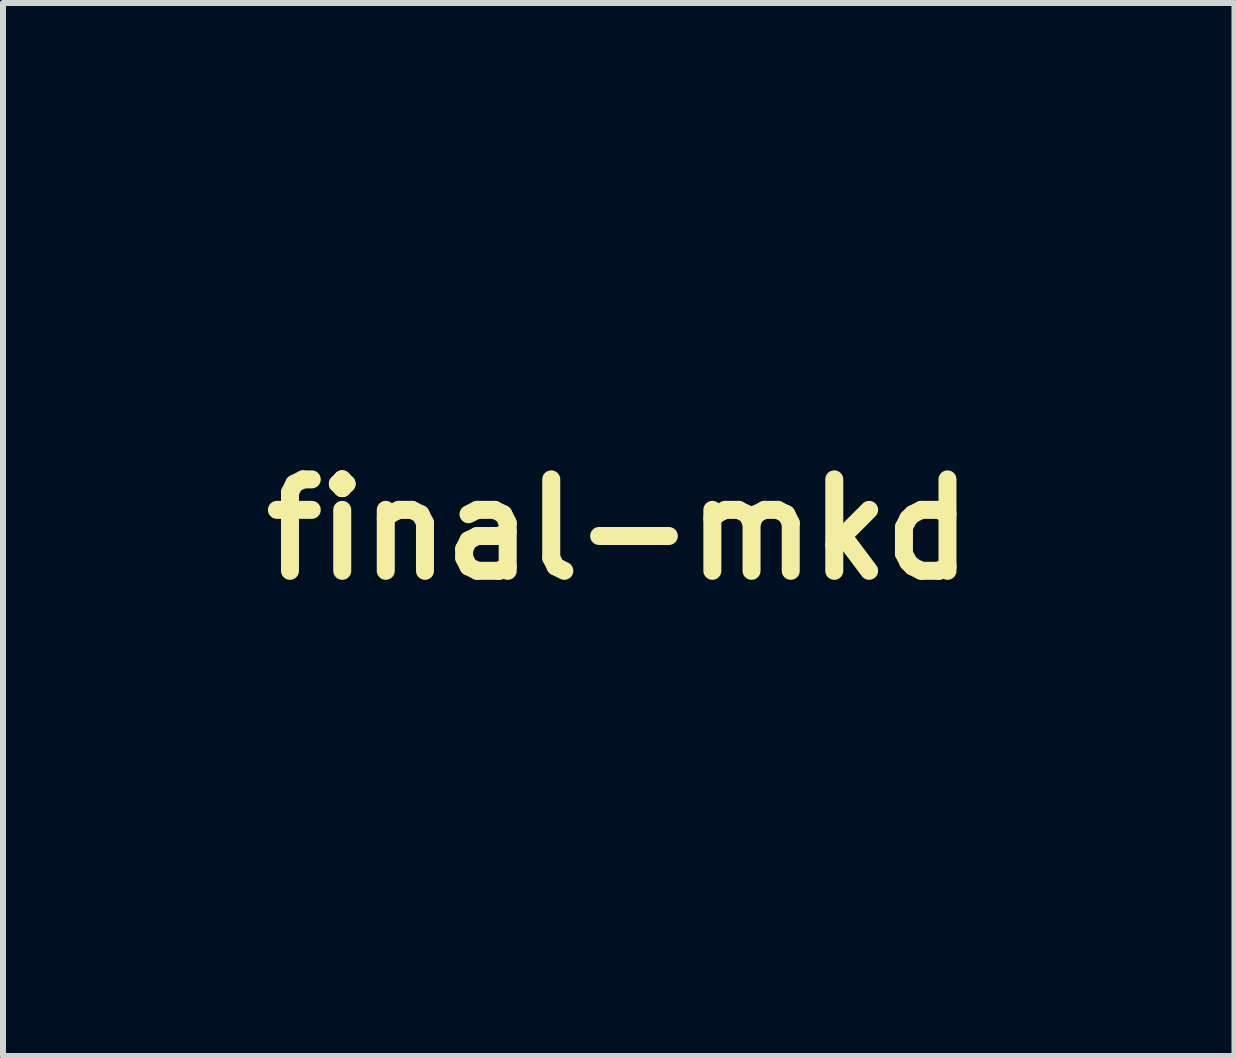
<source format=kicad_pcb>
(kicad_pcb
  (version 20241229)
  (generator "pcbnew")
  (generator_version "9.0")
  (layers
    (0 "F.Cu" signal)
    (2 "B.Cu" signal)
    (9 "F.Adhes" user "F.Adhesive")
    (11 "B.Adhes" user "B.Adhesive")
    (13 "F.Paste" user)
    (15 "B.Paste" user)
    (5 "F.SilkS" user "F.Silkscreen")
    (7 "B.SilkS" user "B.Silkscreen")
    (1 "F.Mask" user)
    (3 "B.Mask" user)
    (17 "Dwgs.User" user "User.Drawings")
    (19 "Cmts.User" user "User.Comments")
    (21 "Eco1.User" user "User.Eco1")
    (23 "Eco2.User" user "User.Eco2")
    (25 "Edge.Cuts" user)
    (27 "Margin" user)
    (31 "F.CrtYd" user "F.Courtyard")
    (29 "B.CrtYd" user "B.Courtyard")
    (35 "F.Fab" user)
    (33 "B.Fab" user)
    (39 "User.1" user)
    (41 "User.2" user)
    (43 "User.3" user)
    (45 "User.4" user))
  (footprint "final-mkd"
    (layer "F.Cu")
    (at 7.262 5.774)
    (property "Reference" "final-mkd" (at 0 0 0) (layer "F.SilkS") (effects (font (size 1.524 1.524) (thickness 0.3))))
    (attr through_hole)
    (fp_poly (pts (xy 1.062 3.005) (xy 1.125 3.006) (xy 1.181 3.006) (xy 1.231 3.006) (xy 1.275 3.006) (xy 1.314 3.007) (xy 1.348 3.007) (xy 1.378 3.008) (xy 1.404 3.008) (xy 1.427 3.009) (xy 1.447 3.01) (xy 1.465 3.011) (xy 1.481 3.012) (xy 1.496 3.014) (xy 1.51 3.015) (xy 1.524 3.017) (xy 1.538 3.019) (xy 1.553 3.022) (xy 1.569 3.025) (xy 1.578 3.026) (xy 1.656 3.043) (xy 1.734 3.066) (xy 1.81 3.094) (xy 1.884 3.127) (xy 1.954 3.164) (xy 2.019 3.205) (xy 2.055 3.231) (xy 2.101 3.268) (xy 2.145 3.312) (xy 2.188 3.361) (xy 2.229 3.413) (xy 2.266 3.468) (xy 2.298 3.524) (xy 2.325 3.58) (xy 2.335 3.603) (xy 2.349 3.641) (xy 2.363 3.682) (xy 2.376 3.725) (xy 2.387 3.768) (xy 2.397 3.809) (xy 2.405 3.846) (xy 2.407 3.862) (xy 2.413 3.91) (xy 2.418 3.962) (xy 2.42 4.015) (xy 2.422 4.067) (xy 2.421 4.117) (xy 2.419 4.164) (xy 2.415 4.198) (xy 2.402 4.282) (xy 2.383 4.363) (xy 2.358 4.439) (xy 2.328 4.511) (xy 2.293 4.579) (xy 2.253 4.641) (xy 2.25 4.645) (xy 2.218 4.685) (xy 2.181 4.727) (xy 2.14 4.768) (xy 2.095 4.808) (xy 2.05 4.845) (xy 2.039 4.853) (xy 1.973 4.898) (xy 1.902 4.938) (xy 1.827 4.972) (xy 1.749 5.001) (xy 1.667 5.023) (xy 1.582 5.04) (xy 1.499 5.051) (xy 1.488 5.051) (xy 1.47 5.052) (xy 1.446 5.053) (xy 1.416 5.053) (xy 1.38 5.053) (xy 1.338 5.054) (xy 1.291 5.054) (xy 1.239 5.054) (xy 1.183 5.054) (xy 1.122 5.055) (xy 1.068 5.055) (xy 0.679 5.055) (xy 0.679 4.663) (xy 1.085 4.663) (xy 1.231 4.663) (xy 1.265 4.663) (xy 1.298 4.662) (xy 1.33 4.662) (xy 1.358 4.661) (xy 1.383 4.661) (xy 1.403 4.66) (xy 1.417 4.659) (xy 1.419 4.659) (xy 1.449 4.656) (xy 1.481 4.651) (xy 1.514 4.646) (xy 1.545 4.64) (xy 1.573 4.634) (xy 1.593 4.629) (xy 1.634 4.615) (xy 1.676 4.597) (xy 1.719 4.575) (xy 1.759 4.552) (xy 1.778 4.539) (xy 1.811 4.513) (xy 1.844 4.482) (xy 1.875 4.448) (xy 1.902 4.412) (xy 1.925 4.377) (xy 1.933 4.363) (xy 1.948 4.331) (xy 1.962 4.293) (xy 1.975 4.252) (xy 1.987 4.208) (xy 1.996 4.165) (xy 2.001 4.13) (xy 2.006 4.079) (xy 2.007 4.026) (xy 2.005 3.972) (xy 1.999 3.917) (xy 1.991 3.864) (xy 1.979 3.814) (xy 1.965 3.768) (xy 1.949 3.727) (xy 1.945 3.718) (xy 1.918 3.672) (xy 1.888 3.628) (xy 1.855 3.586) (xy 1.82 3.549) (xy 1.783 3.517) (xy 1.756 3.498) (xy 1.723 3.478) (xy 1.692 3.46) (xy 1.661 3.446) (xy 1.629 3.433) (xy 1.594 3.422) (xy 1.555 3.412) (xy 1.526 3.405) (xy 1.464 3.391) (xy 1.275 3.39) (xy 1.085 3.389) (xy 1.085 4.663) (xy 0.679 4.663) (xy 0.679 3.004) (xy 1.062 3.005)) (stroke (width 0.01) (type solid)) (fill no) (layer "Eco2.User"))
    (fp_poly (pts (xy 0.181 -0.604) (xy 0.181 -0.539) (xy 0.182 -0.481) (xy 0.182 -0.429) (xy 0.182 -0.384) (xy 0.182 -0.346) (xy 0.182 -0.313) (xy 0.183 -0.287) (xy 0.183 -0.266) (xy 0.184 -0.251) (xy 0.184 -0.241) (xy 0.185 -0.236) (xy 0.185 -0.235) (xy 0.187 -0.232) (xy 0.187 -0.223) (xy 0.185 -0.208) (xy 0.184 -0.195) (xy 0.181 -0.178) (xy 0.179 -0.164) (xy 0.178 -0.154) (xy 0.178 -0.15) (xy 0.18 -0.15) (xy 0.185 -0.155) (xy 0.193 -0.165) (xy 0.201 -0.176) (xy 0.207 -0.183) (xy 0.216 -0.194) (xy 0.23 -0.211) (xy 0.248 -0.232) (xy 0.27 -0.257) (xy 0.294 -0.285) (xy 0.322 -0.317) (xy 0.353 -0.352) (xy 0.386 -0.39) (xy 0.421 -0.43) (xy 0.458 -0.472) (xy 0.496 -0.516) (xy 0.536 -0.561) (xy 0.561 -0.59) (xy 0.898 -0.972) (xy 1.161 -0.972) (xy 1.217 -0.972) (xy 1.267 -0.972) (xy 1.31 -0.972) (xy 1.346 -0.972) (xy 1.375 -0.971) (xy 1.397 -0.971) (xy 1.413 -0.97) (xy 1.42 -0.969) (xy 1.422 -0.969) (xy 1.419 -0.966) (xy 1.412 -0.958) (xy 1.4 -0.945) (xy 1.385 -0.928) (xy 1.365 -0.906) (xy 1.342 -0.88) (xy 1.315 -0.851) (xy 1.285 -0.818) (xy 1.252 -0.783) (xy 1.217 -0.744) (xy 1.179 -0.703) (xy 1.139 -0.659) (xy 1.097 -0.614) (xy 1.054 -0.567) (xy 1.009 -0.518) (xy 1.001 -0.51) (xy 0.956 -0.461) (xy 0.913 -0.413) (xy 0.871 -0.367) (xy 0.831 -0.324) (xy 0.792 -0.282) (xy 0.757 -0.243) (xy 0.724 -0.207) (xy 0.693 -0.174) (xy 0.666 -0.144) (xy 0.642 -0.118) (xy 0.622 -0.095) (xy 0.606 -0.077) (xy 0.594 -0.064) (xy 0.586 -0.055) (xy 0.582 -0.051) (xy 0.582 -0.051) (xy 0.585 -0.048) (xy 0.591 -0.039) (xy 0.601 -0.025) (xy 0.615 -0.006) (xy 0.633 0.017) (xy 0.653 0.045) (xy 0.677 0.077) (xy 0.704 0.113) (xy 0.734 0.153) (xy 0.766 0.195) (xy 0.8 0.241) (xy 0.836 0.289) (xy 0.875 0.34) (xy 0.915 0.393) (xy 0.956 0.448) (xy 0.998 0.504) (xy 1.006 0.515) (xy 1.049 0.571) (xy 1.09 0.627) (xy 1.13 0.68) (xy 1.169 0.731) (xy 1.205 0.78) (xy 1.24 0.826) (xy 1.273 0.869) (xy 1.303 0.909) (xy 1.33 0.946) (xy 1.354 0.978) (xy 1.376 1.007) (xy 1.394 1.031) (xy 1.409 1.051) (xy 1.42 1.066) (xy 1.427 1.075) (xy 1.43 1.079) (xy 1.43 1.079) (xy 1.426 1.08) (xy 1.416 1.08) (xy 1.4 1.08) (xy 1.378 1.08) (xy 1.351 1.081) (xy 1.32 1.081) (xy 1.285 1.081) (xy 1.247 1.081) (xy 1.206 1.081) (xy 1.171 1.081) (xy 0.913 1.081) (xy 0.619 0.674) (xy 0.583 0.625) (xy 0.549 0.578) (xy 0.515 0.531) (xy 0.484 0.487) (xy 0.453 0.446) (xy 0.425 0.407) (xy 0.399 0.371) (xy 0.376 0.338) (xy 0.355 0.31) (xy 0.338 0.285) (xy 0.323 0.266) (xy 0.313 0.251) (xy 0.306 0.241) (xy 0.304 0.238) (xy 0.282 0.209) (xy 0.181 0.31) (xy 0.181 1.081) (xy -0.232 1.081) (xy -0.232 -0.972) (xy 0.181 -0.972) (xy 0.181 -0.604)) (stroke (width 0.01) (type solid)) (fill no) (layer "Eco2.User"))
    (fp_poly (pts (xy 5.592 2.17) (xy 5.682 2.17) (xy 5.765 2.17) (xy 5.842 2.17) (xy 5.914 2.17) (xy 5.979 2.17) (xy 6.039 2.17) (xy 6.093 2.17) (xy 6.143 2.17) (xy 6.188 2.17) (xy 6.228 2.17) (xy 6.265 2.171) (xy 6.297 2.171) (xy 6.325 2.171) (xy 6.35 2.171) (xy 6.372 2.171) (xy 6.391 2.172) (xy 6.407 2.172) (xy 6.421 2.172) (xy 6.432 2.173) (xy 6.442 2.173) (xy 6.45 2.173) (xy 6.456 2.174) (xy 6.461 2.174) (xy 6.465 2.175) (xy 6.469 2.176) (xy 6.472 2.176) (xy 6.475 2.177) (xy 6.475 2.177) (xy 6.509 2.188) (xy 6.538 2.205) (xy 6.566 2.226) (xy 6.573 2.233) (xy 6.598 2.263) (xy 6.616 2.294) (xy 6.627 2.328) (xy 6.633 2.366) (xy 6.633 2.38) (xy 6.63 2.42) (xy 6.62 2.456) (xy 6.603 2.49) (xy 6.581 2.519) (xy 6.554 2.545) (xy 6.521 2.566) (xy 6.484 2.582) (xy 6.482 2.583) (xy 6.48 2.584) (xy 6.476 2.584) (xy 6.472 2.585) (xy 6.467 2.585) (xy 6.46 2.586) (xy 6.452 2.586) (xy 6.441 2.586) (xy 6.429 2.587) (xy 6.414 2.587) (xy 6.397 2.587) (xy 6.376 2.588) (xy 6.353 2.588) (xy 6.326 2.588) (xy 6.295 2.588) (xy 6.261 2.589) (xy 6.222 2.589) (xy 6.179 2.589) (xy 6.131 2.589) (xy 6.079 2.589) (xy 6.021 2.59) (xy 5.958 2.59) (xy 5.89 2.59) (xy 5.815 2.59) (xy 5.735 2.59) (xy 5.648 2.59) (xy 5.554 2.591) (xy 5.454 2.591) (xy 5.388 2.591) (xy 4.313 2.593) (xy 4.278 2.605) (xy 4.234 2.624) (xy 4.194 2.648) (xy 4.159 2.678) (xy 4.129 2.713) (xy 4.104 2.753) (xy 4.085 2.797) (xy 4.085 2.798) (xy 4.073 2.832) (xy 4.071 3.904) (xy 4.069 4.977) (xy 4.061 5) (xy 4.045 5.037) (xy 4.023 5.07) (xy 3.996 5.097) (xy 3.964 5.119) (xy 3.932 5.134) (xy 3.913 5.139) (xy 3.891 5.143) (xy 3.866 5.144) (xy 3.841 5.144) (xy 3.819 5.142) (xy 3.806 5.14) (xy 3.77 5.126) (xy 3.737 5.107) (xy 3.709 5.081) (xy 3.685 5.05) (xy 3.666 5.014) (xy 3.662 5.005) (xy 3.652 4.98) (xy 3.651 3.924) (xy 3.651 3.81) (xy 3.651 3.702) (xy 3.651 3.601) (xy 3.651 3.507) (xy 3.651 3.42) (xy 3.651 3.34) (xy 3.651 3.265) (xy 3.651 3.198) (xy 3.651 3.136) (xy 3.651 3.08) (xy 3.651 3.03) (xy 3.652 2.986) (xy 3.652 2.947) (xy 3.652 2.914) (xy 3.652 2.886) (xy 3.653 2.863) (xy 3.653 2.845) (xy 3.653 2.832) (xy 3.654 2.824) (xy 3.654 2.823) (xy 3.664 2.752) (xy 3.681 2.683) (xy 3.704 2.617) (xy 3.733 2.553) (xy 3.769 2.493) (xy 3.811 2.437) (xy 3.858 2.384) (xy 3.91 2.336) (xy 3.967 2.293) (xy 4.006 2.268) (xy 4.067 2.237) (xy 4.131 2.211) (xy 4.198 2.191) (xy 4.267 2.178) (xy 4.299 2.174) (xy 4.307 2.173) (xy 4.322 2.173) (xy 4.344 2.172) (xy 4.373 2.172) (xy 4.408 2.172) (xy 4.451 2.171) (xy 4.501 2.171) (xy 4.557 2.171) (xy 4.621 2.171) (xy 4.692 2.171) (xy 4.77 2.17) (xy 4.855 2.17) (xy 4.948 2.17) (xy 5.047 2.17) (xy 5.154 2.17) (xy 5.268 2.17) (xy 5.389 2.17) (xy 5.495 2.17) (xy 5.592 2.17)) (stroke (width 0.01) (type solid)) (fill no) (layer "Eco2.User"))
    (fp_poly (pts (xy -0.441 -5.01) (xy -0.441 -5.009) (xy -0.44 -5.008) (xy -0.439 -5.005) (xy -0.439 -5) (xy -0.439 -4.994) (xy -0.438 -4.986) (xy -0.438 -4.976) (xy -0.438 -4.964) (xy -0.437 -4.948) (xy -0.437 -4.93) (xy -0.437 -4.909) (xy -0.437 -4.885) (xy -0.436 -4.856) (xy -0.436 -4.824) (xy -0.436 -4.788) (xy -0.436 -4.748) (xy -0.436 -4.703) (xy -0.436 -4.653) (xy -0.436 -4.598) (xy -0.436 -4.538) (xy -0.436 -4.472) (xy -0.435 -4.4) (xy -0.435 -4.323) (xy -0.435 -4.239) (xy -0.435 -4.148) (xy -0.435 -4.051) (xy -0.435 -3.947) (xy -0.435 -2.877) (xy -0.842 -2.877) (xy -0.843 -3.37) (xy -0.844 -3.862) (xy -1.176 -3.388) (xy -1.213 -3.336) (xy -1.248 -3.285) (xy -1.283 -3.236) (xy -1.315 -3.189) (xy -1.346 -3.145) (xy -1.375 -3.103) (xy -1.402 -3.065) (xy -1.427 -3.031) (xy -1.448 -3) (xy -1.467 -2.974) (xy -1.483 -2.952) (xy -1.495 -2.934) (xy -1.504 -2.922) (xy -1.508 -2.915) (xy -1.509 -2.914) (xy -1.512 -2.917) (xy -1.518 -2.925) (xy -1.528 -2.939) (xy -1.542 -2.958) (xy -1.559 -2.981) (xy -1.579 -3.008) (xy -1.602 -3.039) (xy -1.628 -3.074) (xy -1.656 -3.113) (xy -1.686 -3.154) (xy -1.718 -3.198) (xy -1.752 -3.244) (xy -1.787 -3.293) (xy -1.823 -3.343) (xy -1.832 -3.355) (xy -2.154 -3.796) (xy -2.155 -2.877) (xy -2.547 -2.877) (xy -2.547 -3.944) (xy -2.547 -4.037) (xy -2.547 -4.128) (xy -2.547 -4.215) (xy -2.547 -4.299) (xy -2.547 -4.38) (xy -2.547 -4.457) (xy -2.547 -4.53) (xy -2.547 -4.599) (xy -2.546 -4.663) (xy -2.546 -4.723) (xy -2.546 -4.778) (xy -2.546 -4.827) (xy -2.546 -4.872) (xy -2.545 -4.91) (xy -2.545 -4.943) (xy -2.545 -4.969) (xy -2.545 -4.989) (xy -2.544 -5.002) (xy -2.544 -5.009) (xy -2.544 -5.01) (xy -2.542 -5.006) (xy -2.535 -4.998) (xy -2.525 -4.983) (xy -2.511 -4.964) (xy -2.494 -4.94) (xy -2.474 -4.911) (xy -2.45 -4.877) (xy -2.423 -4.84) (xy -2.394 -4.798) (xy -2.362 -4.753) (xy -2.328 -4.705) (xy -2.291 -4.653) (xy -2.253 -4.599) (xy -2.213 -4.541) (xy -2.171 -4.482) (xy -2.127 -4.42) (xy -2.082 -4.357) (xy -2.036 -4.292) (xy -2.024 -4.275) (xy -1.965 -4.19) (xy -1.909 -4.111) (xy -1.856 -4.036) (xy -1.807 -3.967) (xy -1.762 -3.902) (xy -1.719 -3.843) (xy -1.681 -3.788) (xy -1.646 -3.739) (xy -1.615 -3.696) (xy -1.587 -3.657) (xy -1.564 -3.625) (xy -1.544 -3.597) (xy -1.528 -3.576) (xy -1.516 -3.56) (xy -1.509 -3.549) (xy -1.505 -3.545) (xy -1.505 -3.545) (xy -1.502 -3.548) (xy -1.496 -3.557) (xy -1.485 -3.571) (xy -1.471 -3.591) (xy -1.454 -3.615) (xy -1.433 -3.644) (xy -1.409 -3.677) (xy -1.382 -3.714) (xy -1.352 -3.756) (xy -1.32 -3.801) (xy -1.285 -3.849) (xy -1.248 -3.9) (xy -1.208 -3.954) (xy -1.167 -4.011) (xy -1.125 -4.07) (xy -1.081 -4.132) (xy -1.035 -4.195) (xy -0.988 -4.26) (xy -0.974 -4.279) (xy -0.927 -4.345) (xy -0.88 -4.41) (xy -0.835 -4.472) (xy -0.791 -4.533) (xy -0.749 -4.591) (xy -0.709 -4.646) (xy -0.671 -4.698) (xy -0.635 -4.748) (xy -0.602 -4.793) (xy -0.571 -4.835) (xy -0.544 -4.873) (xy -0.519 -4.907) (xy -0.497 -4.937) (xy -0.479 -4.962) (xy -0.464 -4.982) (xy -0.453 -4.997) (xy -0.445 -5.006) (xy -0.442 -5.01) (xy -0.442 -5.01) (xy -0.441 -5.01)) (stroke (width 0.01) (type solid)) (fill no) (layer "Eco2.User"))
    (fp_poly (pts (xy -3.069 -5.145) (xy -3.046 -5.143) (xy -3.029 -5.14) (xy -2.993 -5.127) (xy -2.96 -5.108) (xy -2.932 -5.083) (xy -2.908 -5.053) (xy -2.889 -5.019) (xy -2.882 -5.002) (xy -2.872 -4.973) (xy -2.87 -3.937) (xy -2.87 -3.83) (xy -2.87 -3.729) (xy -2.869 -3.636) (xy -2.869 -3.549) (xy -2.869 -3.469) (xy -2.869 -3.395) (xy -2.869 -3.327) (xy -2.868 -3.264) (xy -2.868 -3.208) (xy -2.868 -3.156) (xy -2.868 -3.11) (xy -2.867 -3.069) (xy -2.867 -3.033) (xy -2.867 -3.001) (xy -2.866 -2.973) (xy -2.866 -2.95) (xy -2.866 -2.93) (xy -2.865 -2.915) (xy -2.865 -2.902) (xy -2.864 -2.893) (xy -2.864 -2.888) (xy -2.864 -2.885) (xy -2.849 -2.839) (xy -2.833 -2.799) (xy -2.814 -2.764) (xy -2.79 -2.731) (xy -2.768 -2.704) (xy -2.732 -2.671) (xy -2.691 -2.642) (xy -2.646 -2.618) (xy -2.599 -2.599) (xy -2.585 -2.595) (xy -2.549 -2.585) (xy -1.513 -2.584) (xy -0.477 -2.582) (xy -0.45 -2.572) (xy -0.415 -2.556) (xy -0.384 -2.534) (xy -0.358 -2.509) (xy -0.337 -2.479) (xy -0.33 -2.466) (xy -0.316 -2.428) (xy -0.309 -2.391) (xy -0.309 -2.353) (xy -0.316 -2.317) (xy -0.329 -2.282) (xy -0.349 -2.249) (xy -0.37 -2.224) (xy -0.398 -2.201) (xy -0.429 -2.183) (xy -0.464 -2.17) (xy -0.467 -2.17) (xy -0.47 -2.169) (xy -0.473 -2.168) (xy -0.476 -2.168) (xy -0.48 -2.167) (xy -0.485 -2.167) (xy -0.492 -2.166) (xy -0.499 -2.166) (xy -0.509 -2.165) (xy -0.52 -2.165) (xy -0.534 -2.165) (xy -0.55 -2.164) (xy -0.569 -2.164) (xy -0.591 -2.164) (xy -0.616 -2.164) (xy -0.645 -2.164) (xy -0.677 -2.163) (xy -0.714 -2.163) (xy -0.754 -2.163) (xy -0.799 -2.163) (xy -0.85 -2.163) (xy -0.905 -2.163) (xy -0.965 -2.163) (xy -1.031 -2.163) (xy -1.103 -2.163) (xy -1.181 -2.163) (xy -1.265 -2.163) (xy -1.356 -2.163) (xy -1.453 -2.163) (xy -1.515 -2.163) (xy -1.601 -2.163) (xy -1.685 -2.163) (xy -1.767 -2.163) (xy -1.847 -2.163) (xy -1.924 -2.164) (xy -1.999 -2.164) (xy -2.07 -2.164) (xy -2.138 -2.164) (xy -2.202 -2.164) (xy -2.262 -2.164) (xy -2.317 -2.165) (xy -2.368 -2.165) (xy -2.414 -2.165) (xy -2.454 -2.165) (xy -2.489 -2.166) (xy -2.518 -2.166) (xy -2.54 -2.166) (xy -2.556 -2.166) (xy -2.565 -2.167) (xy -2.567 -2.167) (xy -2.639 -2.177) (xy -2.711 -2.195) (xy -2.781 -2.219) (xy -2.849 -2.249) (xy -2.915 -2.286) (xy -2.978 -2.329) (xy -2.981 -2.331) (xy -2.999 -2.346) (xy -3.021 -2.365) (xy -3.045 -2.388) (xy -3.068 -2.412) (xy -3.091 -2.436) (xy -3.111 -2.458) (xy -3.127 -2.478) (xy -3.13 -2.482) (xy -3.168 -2.537) (xy -3.2 -2.593) (xy -3.228 -2.651) (xy -3.25 -2.712) (xy -3.269 -2.778) (xy -3.281 -2.832) (xy -3.289 -2.872) (xy -3.29 -3.919) (xy -3.29 -4.023) (xy -3.29 -4.12) (xy -3.29 -4.21) (xy -3.29 -4.294) (xy -3.291 -4.372) (xy -3.291 -4.443) (xy -3.291 -4.509) (xy -3.291 -4.569) (xy -3.29 -4.624) (xy -3.29 -4.674) (xy -3.29 -4.719) (xy -3.29 -4.76) (xy -3.29 -4.796) (xy -3.29 -4.828) (xy -3.29 -4.856) (xy -3.29 -4.881) (xy -3.289 -4.903) (xy -3.289 -4.921) (xy -3.289 -4.937) (xy -3.288 -4.95) (xy -3.288 -4.96) (xy -3.288 -4.969) (xy -3.287 -4.976) (xy -3.287 -4.981) (xy -3.286 -4.985) (xy -3.286 -4.987) (xy -3.273 -5.023) (xy -3.254 -5.055) (xy -3.23 -5.084) (xy -3.201 -5.109) (xy -3.169 -5.128) (xy -3.135 -5.14) (xy -3.116 -5.143) (xy -3.093 -5.145) (xy -3.069 -5.145)) (stroke (width 0.01) (type solid)) (fill no) (layer "Eco2.User"))
    (fp_poly (pts (xy 7.086 2.79) (xy 7.121 2.8) (xy 7.154 2.816) (xy 7.184 2.838) (xy 7.21 2.864) (xy 7.231 2.894) (xy 7.247 2.928) (xy 7.248 2.932) (xy 7.257 2.961) (xy 7.257 4.036) (xy 7.257 4.142) (xy 7.257 4.241) (xy 7.257 4.334) (xy 7.257 4.42) (xy 7.257 4.499) (xy 7.257 4.573) (xy 7.257 4.641) (xy 7.257 4.704) (xy 7.257 4.761) (xy 7.257 4.814) (xy 7.257 4.861) (xy 7.256 4.905) (xy 7.256 4.944) (xy 7.256 4.979) (xy 7.255 5.01) (xy 7.255 5.038) (xy 7.254 5.063) (xy 7.254 5.085) (xy 7.253 5.104) (xy 7.253 5.121) (xy 7.252 5.135) (xy 7.251 5.148) (xy 7.25 5.159) (xy 7.249 5.169) (xy 7.247 5.177) (xy 7.246 5.185) (xy 7.245 5.192) (xy 7.243 5.198) (xy 7.241 5.205) (xy 7.24 5.212) (xy 7.238 5.219) (xy 7.236 5.226) (xy 7.235 5.229) (xy 7.213 5.298) (xy 7.185 5.363) (xy 7.15 5.426) (xy 7.109 5.485) (xy 7.062 5.539) (xy 7.046 5.556) (xy 6.993 5.604) (xy 6.935 5.646) (xy 6.874 5.682) (xy 6.808 5.712) (xy 6.738 5.736) (xy 6.683 5.75) (xy 6.638 5.76) (xy 4.454 5.762) (xy 4.425 5.752) (xy 4.389 5.736) (xy 4.358 5.715) (xy 4.331 5.688) (xy 4.31 5.657) (xy 4.305 5.648) (xy 4.291 5.611) (xy 4.283 5.573) (xy 4.283 5.535) (xy 4.29 5.498) (xy 4.305 5.46) (xy 4.306 5.457) (xy 4.325 5.428) (xy 4.349 5.401) (xy 4.379 5.378) (xy 4.411 5.36) (xy 4.432 5.352) (xy 4.435 5.351) (xy 4.439 5.351) (xy 4.446 5.35) (xy 4.456 5.35) (xy 4.468 5.349) (xy 4.484 5.349) (xy 4.502 5.349) (xy 4.525 5.348) (xy 4.55 5.348) (xy 4.58 5.348) (xy 4.614 5.348) (xy 4.652 5.347) (xy 4.695 5.347) (xy 4.743 5.347) (xy 4.796 5.347) (xy 4.854 5.346) (xy 4.917 5.346) (xy 4.987 5.346) (xy 5.062 5.346) (xy 5.143 5.346) (xy 5.231 5.345) (xy 5.326 5.345) (xy 5.427 5.345) (xy 5.517 5.345) (xy 6.588 5.343) (xy 6.62 5.333) (xy 6.665 5.315) (xy 6.706 5.292) (xy 6.743 5.264) (xy 6.773 5.231) (xy 6.799 5.193) (xy 6.81 5.171) (xy 6.818 5.154) (xy 6.825 5.135) (xy 6.83 5.12) (xy 6.831 5.116) (xy 6.832 5.114) (xy 6.833 5.111) (xy 6.833 5.107) (xy 6.834 5.103) (xy 6.834 5.097) (xy 6.835 5.09) (xy 6.835 5.082) (xy 6.835 5.071) (xy 6.836 5.058) (xy 6.836 5.043) (xy 6.836 5.026) (xy 6.837 5.005) (xy 6.837 4.981) (xy 6.837 4.954) (xy 6.837 4.923) (xy 6.838 4.889) (xy 6.838 4.85) (xy 6.838 4.806) (xy 6.838 4.759) (xy 6.838 4.706) (xy 6.839 4.648) (xy 6.839 4.585) (xy 6.839 4.516) (xy 6.839 4.441) (xy 6.839 4.36) (xy 6.839 4.273) (xy 6.84 4.179) (xy 6.84 4.078) (xy 6.84 4.022) (xy 6.84 3.915) (xy 6.84 3.815) (xy 6.84 3.722) (xy 6.841 3.635) (xy 6.841 3.554) (xy 6.841 3.48) (xy 6.841 3.412) (xy 6.841 3.349) (xy 6.842 3.292) (xy 6.842 3.24) (xy 6.842 3.193) (xy 6.842 3.151) (xy 6.843 3.113) (xy 6.843 3.08) (xy 6.843 3.051) (xy 6.843 3.026) (xy 6.844 3.004) (xy 6.844 2.986) (xy 6.845 2.971) (xy 6.845 2.959) (xy 6.845 2.95) (xy 6.846 2.943) (xy 6.846 2.939) (xy 6.847 2.937) (xy 6.862 2.902) (xy 6.883 2.87) (xy 6.908 2.843) (xy 6.938 2.82) (xy 6.971 2.803) (xy 7.006 2.792) (xy 7.042 2.787) (xy 7.048 2.787) (xy 7.086 2.79)) (stroke (width 0.01) (type solid)) (fill no) (layer "Eco2.User"))
    (fp_poly (pts (xy -3.841 -5.144) (xy -3.817 -5.142) (xy -3.808 -5.14) (xy -3.772 -5.127) (xy -3.739 -5.108) (xy -3.711 -5.083) (xy -3.686 -5.053) (xy -3.667 -5.017) (xy -3.662 -5.005) (xy -3.652 -4.98) (xy -3.651 -3.922) (xy -3.651 -3.805) (xy -3.651 -3.695) (xy -3.651 -3.592) (xy -3.651 -3.496) (xy -3.651 -3.407) (xy -3.651 -3.325) (xy -3.651 -3.249) (xy -3.651 -3.18) (xy -3.651 -3.117) (xy -3.651 -3.06) (xy -3.652 -3.01) (xy -3.652 -2.966) (xy -3.652 -2.928) (xy -3.652 -2.896) (xy -3.653 -2.87) (xy -3.653 -2.849) (xy -3.653 -2.834) (xy -3.654 -2.825) (xy -3.654 -2.823) (xy -3.656 -2.801) (xy -3.66 -2.777) (xy -3.663 -2.755) (xy -3.665 -2.745) (xy -3.683 -2.676) (xy -3.706 -2.611) (xy -3.736 -2.548) (xy -3.772 -2.488) (xy -3.814 -2.433) (xy -3.86 -2.382) (xy -3.911 -2.335) (xy -3.966 -2.294) (xy -4.025 -2.258) (xy -4.088 -2.227) (xy -4.155 -2.203) (xy -4.182 -2.195) (xy -4.19 -2.193) (xy -4.198 -2.191) (xy -4.204 -2.189) (xy -4.211 -2.187) (xy -4.217 -2.185) (xy -4.223 -2.184) (xy -4.23 -2.182) (xy -4.238 -2.181) (xy -4.246 -2.18) (xy -4.256 -2.179) (xy -4.267 -2.178) (xy -4.28 -2.177) (xy -4.295 -2.176) (xy -4.311 -2.175) (xy -4.331 -2.175) (xy -4.353 -2.174) (xy -4.378 -2.174) (xy -4.406 -2.173) (xy -4.438 -2.173) (xy -4.473 -2.173) (xy -4.513 -2.172) (xy -4.556 -2.172) (xy -4.605 -2.172) (xy -4.658 -2.172) (xy -4.715 -2.172) (xy -4.779 -2.171) (xy -4.847 -2.171) (xy -4.922 -2.171) (xy -5.002 -2.171) (xy -5.089 -2.171) (xy -5.182 -2.171) (xy -5.283 -2.171) (xy -5.37 -2.171) (xy -5.475 -2.171) (xy -5.573 -2.171) (xy -5.664 -2.171) (xy -5.749 -2.171) (xy -5.827 -2.171) (xy -5.899 -2.171) (xy -5.966 -2.171) (xy -6.027 -2.171) (xy -6.083 -2.171) (xy -6.134 -2.171) (xy -6.18 -2.171) (xy -6.221 -2.171) (xy -6.258 -2.171) (xy -6.291 -2.171) (xy -6.321 -2.171) (xy -6.347 -2.172) (xy -6.369 -2.172) (xy -6.389 -2.172) (xy -6.406 -2.172) (xy -6.42 -2.173) (xy -6.432 -2.173) (xy -6.442 -2.173) (xy -6.45 -2.174) (xy -6.457 -2.174) (xy -6.462 -2.175) (xy -6.467 -2.175) (xy -6.47 -2.176) (xy -6.473 -2.176) (xy -6.476 -2.177) (xy -6.476 -2.177) (xy -6.513 -2.19) (xy -6.546 -2.209) (xy -6.574 -2.234) (xy -6.598 -2.263) (xy -6.616 -2.296) (xy -6.628 -2.329) (xy -6.632 -2.354) (xy -6.633 -2.383) (xy -6.631 -2.412) (xy -6.626 -2.438) (xy -6.621 -2.454) (xy -6.604 -2.489) (xy -6.581 -2.52) (xy -6.553 -2.547) (xy -6.519 -2.567) (xy -6.488 -2.581) (xy -6.464 -2.589) (xy -5.388 -2.591) (xy -4.313 -2.593) (xy -4.278 -2.605) (xy -4.233 -2.624) (xy -4.193 -2.648) (xy -4.159 -2.678) (xy -4.129 -2.713) (xy -4.104 -2.752) (xy -4.085 -2.797) (xy -4.085 -2.798) (xy -4.073 -2.832) (xy -4.071 -3.904) (xy -4.071 -4.009) (xy -4.071 -4.107) (xy -4.071 -4.197) (xy -4.071 -4.282) (xy -4.07 -4.36) (xy -4.07 -4.432) (xy -4.07 -4.498) (xy -4.07 -4.559) (xy -4.07 -4.614) (xy -4.07 -4.665) (xy -4.069 -4.71) (xy -4.069 -4.751) (xy -4.069 -4.788) (xy -4.069 -4.821) (xy -4.069 -4.85) (xy -4.068 -4.875) (xy -4.068 -4.898) (xy -4.068 -4.917) (xy -4.067 -4.933) (xy -4.067 -4.947) (xy -4.067 -4.958) (xy -4.066 -4.968) (xy -4.066 -4.975) (xy -4.065 -4.982) (xy -4.065 -4.986) (xy -4.064 -4.99) (xy -4.064 -4.993) (xy -4.063 -4.995) (xy -4.063 -4.997) (xy -4.047 -5.033) (xy -4.026 -5.065) (xy -4 -5.093) (xy -3.969 -5.116) (xy -3.935 -5.133) (xy -3.913 -5.14) (xy -3.892 -5.143) (xy -3.867 -5.145) (xy -3.841 -5.144)) (stroke (width 0.01) (type solid)) (fill no) (layer "Eco2.User"))
    (fp_poly (pts (xy 1.627 2.163) (xy 1.739 2.163) (xy 1.844 2.163) (xy 1.942 2.163) (xy 2.033 2.163) (xy 2.116 2.163) (xy 2.193 2.163) (xy 2.262 2.164) (xy 2.324 2.164) (xy 2.378 2.164) (xy 2.426 2.164) (xy 2.467 2.165) (xy 2.5 2.165) (xy 2.527 2.165) (xy 2.546 2.166) (xy 2.558 2.166) (xy 2.562 2.166) (xy 2.636 2.177) (xy 2.709 2.194) (xy 2.78 2.218) (xy 2.848 2.248) (xy 2.912 2.284) (xy 2.974 2.326) (xy 3.031 2.373) (xy 3.083 2.426) (xy 3.131 2.484) (xy 3.161 2.527) (xy 3.196 2.586) (xy 3.226 2.648) (xy 3.251 2.712) (xy 3.266 2.765) (xy 3.268 2.773) (xy 3.27 2.781) (xy 3.272 2.788) (xy 3.274 2.795) (xy 3.276 2.802) (xy 3.277 2.809) (xy 3.279 2.816) (xy 3.28 2.824) (xy 3.281 2.833) (xy 3.282 2.843) (xy 3.283 2.855) (xy 3.284 2.868) (xy 3.285 2.883) (xy 3.286 2.901) (xy 3.286 2.921) (xy 3.287 2.944) (xy 3.287 2.97) (xy 3.288 2.999) (xy 3.288 3.032) (xy 3.288 3.068) (xy 3.289 3.109) (xy 3.289 3.154) (xy 3.289 3.204) (xy 3.289 3.258) (xy 3.289 3.318) (xy 3.289 3.382) (xy 3.29 3.453) (xy 3.29 3.53) (xy 3.29 3.612) (xy 3.29 3.701) (xy 3.29 3.797) (xy 3.29 3.9) (xy 3.29 3.92) (xy 3.29 4.024) (xy 3.29 4.121) (xy 3.29 4.212) (xy 3.29 4.295) (xy 3.29 4.373) (xy 3.29 4.444) (xy 3.291 4.51) (xy 3.29 4.57) (xy 3.29 4.625) (xy 3.29 4.675) (xy 3.29 4.72) (xy 3.29 4.76) (xy 3.29 4.797) (xy 3.29 4.829) (xy 3.29 4.857) (xy 3.29 4.882) (xy 3.289 4.903) (xy 3.289 4.921) (xy 3.289 4.937) (xy 3.288 4.95) (xy 3.288 4.961) (xy 3.288 4.969) (xy 3.287 4.976) (xy 3.287 4.981) (xy 3.286 4.985) (xy 3.286 4.987) (xy 3.273 5.023) (xy 3.254 5.055) (xy 3.23 5.084) (xy 3.201 5.109) (xy 3.169 5.128) (xy 3.135 5.14) (xy 3.117 5.143) (xy 3.096 5.145) (xy 3.072 5.145) (xy 3.049 5.143) (xy 3.03 5.14) (xy 3.027 5.14) (xy 2.991 5.126) (xy 2.959 5.107) (xy 2.931 5.082) (xy 2.907 5.052) (xy 2.889 5.018) (xy 2.882 5.001) (xy 2.872 4.973) (xy 2.87 3.937) (xy 2.87 3.83) (xy 2.87 3.729) (xy 2.869 3.636) (xy 2.869 3.549) (xy 2.869 3.469) (xy 2.869 3.395) (xy 2.869 3.327) (xy 2.868 3.264) (xy 2.868 3.208) (xy 2.868 3.156) (xy 2.868 3.11) (xy 2.867 3.069) (xy 2.867 3.033) (xy 2.867 3.001) (xy 2.866 2.973) (xy 2.866 2.95) (xy 2.866 2.93) (xy 2.865 2.915) (xy 2.865 2.902) (xy 2.864 2.893) (xy 2.864 2.888) (xy 2.864 2.885) (xy 2.849 2.839) (xy 2.833 2.799) (xy 2.814 2.764) (xy 2.79 2.731) (xy 2.768 2.704) (xy 2.732 2.671) (xy 2.691 2.642) (xy 2.646 2.618) (xy 2.599 2.599) (xy 2.585 2.595) (xy 2.549 2.585) (xy 0.477 2.582) (xy 0.45 2.572) (xy 0.414 2.555) (xy 0.383 2.533) (xy 0.357 2.507) (xy 0.336 2.477) (xy 0.32 2.443) (xy 0.311 2.407) (xy 0.308 2.374) (xy 0.31 2.347) (xy 0.314 2.323) (xy 0.322 2.298) (xy 0.331 2.279) (xy 0.35 2.247) (xy 0.375 2.219) (xy 0.405 2.196) (xy 0.439 2.179) (xy 0.467 2.17) (xy 0.47 2.169) (xy 0.473 2.168) (xy 0.476 2.168) (xy 0.48 2.167) (xy 0.485 2.167) (xy 0.492 2.166) (xy 0.5 2.166) (xy 0.509 2.165) (xy 0.521 2.165) (xy 0.535 2.165) (xy 0.551 2.164) (xy 0.57 2.164) (xy 0.592 2.164) (xy 0.617 2.164) (xy 0.646 2.163) (xy 0.679 2.163) (xy 0.715 2.163) (xy 0.756 2.163) (xy 0.802 2.163) (xy 0.852 2.163) (xy 0.908 2.163) (xy 0.968 2.163) (xy 1.035 2.163) (xy 1.107 2.163) (xy 1.185 2.163) (xy 1.27 2.163) (xy 1.361 2.163) (xy 1.507 2.163) (xy 1.627 2.163)) (stroke (width 0.01) (type solid)) (fill no) (layer "Eco2.User"))
    (fp_poly (pts (xy -4.329 -1.803) (xy -4.19 -1.803) (xy -4.059 -1.803) (xy -3.935 -1.803) (xy -3.817 -1.803) (xy -3.705 -1.803) (xy -3.6 -1.803) (xy -3.5 -1.803) (xy -3.407 -1.803) (xy -3.319 -1.803) (xy -3.236 -1.803) (xy -3.159 -1.803) (xy -3.087 -1.803) (xy -3.021 -1.803) (xy -2.958 -1.803) (xy -2.901 -1.803) (xy -2.848 -1.803) (xy -2.799 -1.802) (xy -2.754 -1.802) (xy -2.714 -1.802) (xy -2.677 -1.802) (xy -2.643 -1.802) (xy -2.613 -1.802) (xy -2.586 -1.801) (xy -2.562 -1.801) (xy -2.541 -1.801) (xy -2.523 -1.801) (xy -2.507 -1.801) (xy -2.494 -1.8) (xy -2.483 -1.8) (xy -2.473 -1.8) (xy -2.466 -1.799) (xy -2.46 -1.799) (xy -2.456 -1.799) (xy -2.453 -1.798) (xy -2.451 -1.798) (xy -2.419 -1.787) (xy -2.391 -1.772) (xy -2.364 -1.751) (xy -2.355 -1.742) (xy -2.33 -1.714) (xy -2.312 -1.685) (xy -2.301 -1.655) (xy -2.294 -1.621) (xy -2.293 -1.595) (xy -2.294 -1.577) (xy -2.296 -1.559) (xy -2.298 -1.544) (xy -2.299 -1.541) (xy -2.312 -1.505) (xy -2.331 -1.472) (xy -2.356 -1.444) (xy -2.385 -1.42) (xy -2.42 -1.401) (xy -2.437 -1.394) (xy -2.466 -1.384) (xy -4.479 -1.382) (xy -6.493 -1.381) (xy -6.529 -1.371) (xy -6.581 -1.353) (xy -6.629 -1.329) (xy -6.674 -1.3) (xy -6.714 -1.265) (xy -6.749 -1.226) (xy -6.779 -1.183) (xy -6.803 -1.137) (xy -6.821 -1.087) (xy -6.833 -1.034) (xy -6.836 -1.015) (xy -6.836 -1.008) (xy -6.837 -0.994) (xy -6.837 -0.975) (xy -6.838 -0.949) (xy -6.838 -0.916) (xy -6.838 -0.878) (xy -6.839 -0.833) (xy -6.839 -0.781) (xy -6.839 -0.722) (xy -6.839 -0.657) (xy -6.839 -0.586) (xy -6.84 -0.507) (xy -6.84 -0.421) (xy -6.84 -0.329) (xy -6.84 -0.229) (xy -6.84 -0.122) (xy -6.84 -0.008) (xy -6.84 0.01) (xy -6.84 0.111) (xy -6.84 0.205) (xy -6.84 0.293) (xy -6.84 0.374) (xy -6.84 0.448) (xy -6.84 0.517) (xy -6.84 0.58) (xy -6.84 0.638) (xy -6.84 0.69) (xy -6.84 0.737) (xy -6.841 0.78) (xy -6.841 0.818) (xy -6.841 0.852) (xy -6.841 0.882) (xy -6.841 0.908) (xy -6.842 0.93) (xy -6.842 0.95) (xy -6.842 0.966) (xy -6.843 0.98) (xy -6.843 0.992) (xy -6.843 1.001) (xy -6.844 1.008) (xy -6.844 1.014) (xy -6.845 1.018) (xy -6.845 1.021) (xy -6.845 1.021) (xy -6.858 1.057) (xy -6.877 1.09) (xy -6.901 1.118) (xy -6.93 1.142) (xy -6.963 1.161) (xy -6.998 1.173) (xy -7 1.174) (xy -7.027 1.178) (xy -7.056 1.179) (xy -7.084 1.176) (xy -7.099 1.174) (xy -7.131 1.163) (xy -7.161 1.147) (xy -7.189 1.125) (xy -7.196 1.118) (xy -7.221 1.088) (xy -7.24 1.056) (xy -7.252 1.022) (xy -7.253 1.016) (xy -7.254 1.012) (xy -7.254 1.004) (xy -7.255 0.992) (xy -7.255 0.976) (xy -7.255 0.955) (xy -7.256 0.93) (xy -7.256 0.9) (xy -7.256 0.865) (xy -7.256 0.825) (xy -7.256 0.78) (xy -7.256 0.73) (xy -7.257 0.673) (xy -7.257 0.611) (xy -7.257 0.543) (xy -7.257 0.469) (xy -7.257 0.389) (xy -7.257 0.302) (xy -7.257 0.208) (xy -7.256 0.108) (xy -7.256 0.000204) (xy -7.256 -0.038) (xy -7.255 -1.072) (xy -7.247 -1.114) (xy -7.228 -1.193) (xy -7.204 -1.268) (xy -7.173 -1.338) (xy -7.137 -1.405) (xy -7.094 -1.468) (xy -7.045 -1.527) (xy -7.014 -1.56) (xy -6.957 -1.613) (xy -6.895 -1.659) (xy -6.83 -1.699) (xy -6.762 -1.733) (xy -6.69 -1.761) (xy -6.616 -1.782) (xy -6.539 -1.796) (xy -6.521 -1.798) (xy -6.517 -1.798) (xy -6.512 -1.799) (xy -6.505 -1.799) (xy -6.497 -1.799) (xy -6.487 -1.8) (xy -6.475 -1.8) (xy -6.461 -1.8) (xy -6.444 -1.801) (xy -6.425 -1.801) (xy -6.404 -1.801) (xy -6.379 -1.801) (xy -6.352 -1.802) (xy -6.321 -1.802) (xy -6.287 -1.802) (xy -6.249 -1.802) (xy -6.208 -1.802) (xy -6.163 -1.802) (xy -6.113 -1.803) (xy -6.06 -1.803) (xy -6.002 -1.803) (xy -5.939 -1.803) (xy -5.872 -1.803) (xy -5.8 -1.803) (xy -5.722 -1.803) (xy -5.639 -1.803) (xy -5.551 -1.803) (xy -5.457 -1.803) (xy -5.358 -1.803) (xy -5.252 -1.803) (xy -5.14 -1.803) (xy -5.021 -1.803) (xy -4.897 -1.803) (xy -4.765 -1.803) (xy -4.627 -1.803) (xy -4.481 -1.803) (xy -4.474 -1.803) (xy -4.329 -1.803)) (stroke (width 0.01) (type solid)) (fill no) (layer "Eco2.User"))
    (fp_poly (pts (xy 5.095 -1.796) (xy 5.148 -1.796) (xy 5.195 -1.796) (xy 5.238 -1.795) (xy 5.276 -1.795) (xy 5.311 -1.795) (xy 5.341 -1.794) (xy 5.369 -1.794) (xy 5.392 -1.794) (xy 5.413 -1.793) (xy 5.431 -1.792) (xy 5.447 -1.792) (xy 5.46 -1.791) (xy 5.471 -1.79) (xy 5.48 -1.789) (xy 5.487 -1.787) (xy 5.494 -1.786) (xy 5.499 -1.785) (xy 5.503 -1.783) (xy 5.507 -1.782) (xy 5.51 -1.78) (xy 5.513 -1.778) (xy 5.517 -1.776) (xy 5.521 -1.773) (xy 5.524 -1.772) (xy 5.555 -1.751) (xy 5.582 -1.726) (xy 5.604 -1.697) (xy 5.62 -1.664) (xy 5.63 -1.629) (xy 5.635 -1.592) (xy 5.633 -1.555) (xy 5.63 -1.539) (xy 5.618 -1.503) (xy 5.599 -1.471) (xy 5.576 -1.442) (xy 5.547 -1.417) (xy 5.515 -1.397) (xy 5.481 -1.384) (xy 5.478 -1.383) (xy 5.475 -1.382) (xy 5.472 -1.382) (xy 5.467 -1.381) (xy 5.461 -1.381) (xy 5.453 -1.38) (xy 5.444 -1.38) (xy 5.432 -1.38) (xy 5.419 -1.379) (xy 5.402 -1.379) (xy 5.383 -1.379) (xy 5.361 -1.378) (xy 5.336 -1.378) (xy 5.307 -1.378) (xy 5.275 -1.378) (xy 5.238 -1.377) (xy 5.197 -1.377) (xy 5.152 -1.377) (xy 5.101 -1.377) (xy 5.046 -1.377) (xy 4.986 -1.376) (xy 4.92 -1.376) (xy 4.848 -1.376) (xy 4.77 -1.376) (xy 4.686 -1.376) (xy 4.596 -1.376) (xy 4.498 -1.375) (xy 4.394 -1.375) (xy 4.389 -1.375) (xy 3.318 -1.373) (xy 3.285 -1.362) (xy 3.241 -1.343) (xy 3.201 -1.318) (xy 3.166 -1.288) (xy 3.136 -1.253) (xy 3.112 -1.214) (xy 3.093 -1.17) (xy 3.087 -1.148) (xy 3.079 -1.119) (xy 3.077 -0.051) (xy 3.077 0.053) (xy 3.077 0.151) (xy 3.077 0.241) (xy 3.076 0.325) (xy 3.076 0.403) (xy 3.076 0.475) (xy 3.076 0.541) (xy 3.076 0.601) (xy 3.076 0.656) (xy 3.075 0.706) (xy 3.075 0.752) (xy 3.075 0.793) (xy 3.075 0.829) (xy 3.075 0.862) (xy 3.074 0.891) (xy 3.074 0.916) (xy 3.074 0.938) (xy 3.074 0.957) (xy 3.073 0.973) (xy 3.073 0.987) (xy 3.073 0.998) (xy 3.072 1.007) (xy 3.072 1.015) (xy 3.071 1.021) (xy 3.071 1.026) (xy 3.07 1.029) (xy 3.07 1.032) (xy 3.069 1.035) (xy 3.068 1.037) (xy 3.068 1.038) (xy 3.054 1.068) (xy 3.035 1.097) (xy 3.012 1.123) (xy 2.986 1.144) (xy 2.969 1.155) (xy 2.94 1.167) (xy 2.907 1.175) (xy 2.873 1.179) (xy 2.839 1.177) (xy 2.819 1.174) (xy 2.784 1.162) (xy 2.751 1.143) (xy 2.723 1.119) (xy 2.698 1.091) (xy 2.679 1.059) (xy 2.666 1.024) (xy 2.665 1.021) (xy 2.665 1.019) (xy 2.664 1.015) (xy 2.664 1.01) (xy 2.663 1.003) (xy 2.663 0.994) (xy 2.663 0.984) (xy 2.662 0.971) (xy 2.662 0.955) (xy 2.662 0.937) (xy 2.661 0.915) (xy 2.661 0.89) (xy 2.661 0.862) (xy 2.661 0.83) (xy 2.661 0.794) (xy 2.66 0.753) (xy 2.66 0.708) (xy 2.66 0.658) (xy 2.66 0.603) (xy 2.66 0.543) (xy 2.66 0.478) (xy 2.66 0.406) (xy 2.66 0.329) (xy 2.66 0.246) (xy 2.66 0.156) (xy 2.66 0.059) (xy 2.66 -0.045) (xy 2.66 -0.066) (xy 2.66 -0.172) (xy 2.66 -0.271) (xy 2.66 -0.363) (xy 2.66 -0.449) (xy 2.66 -0.528) (xy 2.66 -0.602) (xy 2.66 -0.67) (xy 2.66 -0.732) (xy 2.66 -0.789) (xy 2.66 -0.841) (xy 2.66 -0.889) (xy 2.661 -0.932) (xy 2.661 -0.97) (xy 2.661 -1.005) (xy 2.661 -1.036) (xy 2.662 -1.064) (xy 2.662 -1.089) (xy 2.663 -1.111) (xy 2.664 -1.13) (xy 2.664 -1.146) (xy 2.665 -1.161) (xy 2.666 -1.173) (xy 2.667 -1.185) (xy 2.668 -1.194) (xy 2.669 -1.203) (xy 2.67 -1.21) (xy 2.672 -1.217) (xy 2.673 -1.224) (xy 2.675 -1.231) (xy 2.676 -1.237) (xy 2.678 -1.245) (xy 2.679 -1.25) (xy 2.693 -1.299) (xy 2.71 -1.347) (xy 2.732 -1.395) (xy 2.732 -1.395) (xy 2.767 -1.458) (xy 2.808 -1.517) (xy 2.853 -1.57) (xy 2.904 -1.619) (xy 2.959 -1.662) (xy 3.018 -1.701) (xy 3.082 -1.733) (xy 3.149 -1.759) (xy 3.219 -1.78) (xy 3.249 -1.786) (xy 3.289 -1.794) (xy 4.37 -1.795) (xy 4.476 -1.795) (xy 4.576 -1.795) (xy 4.668 -1.795) (xy 4.754 -1.796) (xy 4.834 -1.796) (xy 4.908 -1.796) (xy 4.976 -1.796) (xy 5.038 -1.796) (xy 5.095 -1.796)) (stroke (width 0.01) (type solid)) (fill no) (layer "Eco2.User"))
    (fp_poly (pts (xy -0.836 2.793) (xy -0.802 2.805) (xy -0.771 2.822) (xy -0.742 2.844) (xy -0.718 2.872) (xy -0.697 2.904) (xy -0.685 2.932) (xy -0.677 2.955) (xy -0.677 3.984) (xy -0.677 4.087) (xy -0.677 4.182) (xy -0.677 4.271) (xy -0.677 4.353) (xy -0.677 4.429) (xy -0.677 4.5) (xy -0.677 4.564) (xy -0.677 4.623) (xy -0.677 4.677) (xy -0.677 4.726) (xy -0.677 4.77) (xy -0.677 4.81) (xy -0.678 4.845) (xy -0.678 4.877) (xy -0.678 4.905) (xy -0.678 4.93) (xy -0.678 4.951) (xy -0.679 4.97) (xy -0.679 4.986) (xy -0.679 5) (xy -0.68 5.012) (xy -0.68 5.021) (xy -0.681 5.03) (xy -0.681 5.037) (xy -0.682 5.043) (xy -0.682 5.048) (xy -0.683 5.052) (xy -0.683 5.055) (xy -0.699 5.132) (xy -0.72 5.206) (xy -0.748 5.277) (xy -0.782 5.344) (xy -0.822 5.41) (xy -0.843 5.439) (xy -0.858 5.457) (xy -0.876 5.479) (xy -0.898 5.502) (xy -0.921 5.526) (xy -0.945 5.549) (xy -0.967 5.57) (xy -0.987 5.588) (xy -1 5.598) (xy -1.065 5.642) (xy -1.133 5.681) (xy -1.203 5.712) (xy -1.276 5.737) (xy -1.351 5.756) (xy -1.402 5.764) (xy -1.405 5.764) (xy -1.409 5.765) (xy -1.415 5.765) (xy -1.422 5.765) (xy -1.43 5.766) (xy -1.441 5.766) (xy -1.453 5.766) (xy -1.467 5.766) (xy -1.483 5.767) (xy -1.502 5.767) (xy -1.523 5.767) (xy -1.546 5.767) (xy -1.573 5.767) (xy -1.602 5.768) (xy -1.635 5.768) (xy -1.67 5.768) (xy -1.71 5.768) (xy -1.752 5.768) (xy -1.799 5.768) (xy -1.849 5.768) (xy -1.904 5.769) (xy -1.963 5.769) (xy -2.026 5.769) (xy -2.094 5.769) (xy -2.166 5.769) (xy -2.243 5.769) (xy -2.325 5.769) (xy -2.413 5.769) (xy -2.506 5.769) (xy -2.604 5.769) (xy -2.708 5.769) (xy -2.817 5.769) (xy -2.933 5.769) (xy -3.055 5.769) (xy -3.183 5.769) (xy -3.317 5.769) (xy -3.458 5.769) (xy -3.606 5.769) (xy -3.761 5.769) (xy -3.923 5.769) (xy -3.953 5.769) (xy -4.116 5.769) (xy -4.273 5.769) (xy -4.423 5.769) (xy -4.565 5.769) (xy -4.702 5.769) (xy -4.831 5.769) (xy -4.955 5.769) (xy -5.072 5.769) (xy -5.183 5.769) (xy -5.289 5.769) (xy -5.388 5.769) (xy -5.482 5.769) (xy -5.571 5.769) (xy -5.654 5.769) (xy -5.732 5.769) (xy -5.806 5.768) (xy -5.874 5.768) (xy -5.938 5.768) (xy -5.998 5.768) (xy -6.053 5.768) (xy -6.103 5.768) (xy -6.15 5.768) (xy -6.193 5.768) (xy -6.233 5.767) (xy -6.268 5.767) (xy -6.301 5.767) (xy -6.33 5.767) (xy -6.356 5.767) (xy -6.379 5.767) (xy -6.399 5.766) (xy -6.416 5.766) (xy -6.431 5.766) (xy -6.444 5.766) (xy -6.455 5.765) (xy -6.463 5.765) (xy -6.47 5.765) (xy -6.475 5.764) (xy -6.478 5.764) (xy -6.48 5.764) (xy -6.48 5.764) (xy -6.515 5.751) (xy -6.546 5.732) (xy -6.574 5.708) (xy -6.598 5.679) (xy -6.616 5.647) (xy -6.627 5.615) (xy -6.631 5.594) (xy -6.633 5.57) (xy -6.632 5.545) (xy -6.63 5.522) (xy -6.628 5.508) (xy -6.615 5.474) (xy -6.596 5.442) (xy -6.578 5.419) (xy -6.553 5.396) (xy -6.527 5.378) (xy -6.497 5.364) (xy -6.496 5.363) (xy -6.472 5.354) (xy -3.962 5.352) (xy -1.453 5.35) (xy -1.422 5.342) (xy -1.373 5.328) (xy -1.328 5.309) (xy -1.287 5.286) (xy -1.249 5.257) (xy -1.222 5.233) (xy -1.185 5.192) (xy -1.154 5.148) (xy -1.129 5.098) (xy -1.11 5.045) (xy -1.107 5.037) (xy -1.098 5.002) (xy -1.096 3.981) (xy -1.096 3.878) (xy -1.095 3.782) (xy -1.095 3.693) (xy -1.095 3.61) (xy -1.095 3.534) (xy -1.095 3.463) (xy -1.095 3.399) (xy -1.095 3.34) (xy -1.094 3.286) (xy -1.094 3.237) (xy -1.094 3.192) (xy -1.094 3.152) (xy -1.093 3.117) (xy -1.093 3.085) (xy -1.092 3.057) (xy -1.092 3.032) (xy -1.091 3.011) (xy -1.09 2.992) (xy -1.09 2.976) (xy -1.089 2.963) (xy -1.088 2.952) (xy -1.087 2.942) (xy -1.086 2.935) (xy -1.084 2.928) (xy -1.083 2.923) (xy -1.081 2.919) (xy -1.08 2.915) (xy -1.078 2.911) (xy -1.076 2.908) (xy -1.074 2.905) (xy -1.071 2.901) (xy -1.069 2.897) (xy -1.069 2.896) (xy -1.052 2.871) (xy -1.03 2.846) (xy -1.004 2.825) (xy -0.981 2.811) (xy -0.945 2.797) (xy -0.908 2.789) (xy -0.872 2.788) (xy -0.836 2.793)) (stroke (width 0.01) (type solid)) (fill no) (layer "Eco2.User"))
    (fp_poly (pts (xy 0.012 -1.803) (xy 0.084 -1.803) (xy 0.161 -1.803) (xy 0.244 -1.803) (xy 0.334 -1.803) (xy 0.431 -1.803) (xy 0.535 -1.802) (xy 0.545 -1.802) (xy 1.591 -1.801) (xy 1.633 -1.793) (xy 1.689 -1.781) (xy 1.74 -1.767) (xy 1.788 -1.75) (xy 1.836 -1.729) (xy 1.856 -1.719) (xy 1.922 -1.682) (xy 1.984 -1.64) (xy 2.041 -1.592) (xy 2.093 -1.539) (xy 2.14 -1.482) (xy 2.182 -1.42) (xy 2.218 -1.355) (xy 2.247 -1.287) (xy 2.271 -1.215) (xy 2.276 -1.194) (xy 2.279 -1.185) (xy 2.281 -1.177) (xy 2.282 -1.17) (xy 2.284 -1.163) (xy 2.286 -1.156) (xy 2.287 -1.149) (xy 2.289 -1.141) (xy 2.29 -1.133) (xy 2.291 -1.124) (xy 2.292 -1.114) (xy 2.293 -1.102) (xy 2.294 -1.088) (xy 2.295 -1.072) (xy 2.295 -1.054) (xy 2.296 -1.034) (xy 2.297 -1.01) (xy 2.297 -0.984) (xy 2.297 -0.954) (xy 2.298 -0.92) (xy 2.298 -0.883) (xy 2.298 -0.842) (xy 2.299 -0.796) (xy 2.299 -0.745) (xy 2.299 -0.69) (xy 2.299 -0.629) (xy 2.299 -0.564) (xy 2.299 -0.492) (xy 2.299 -0.414) (xy 2.299 -0.33) (xy 2.299 -0.24) (xy 2.299 -0.143) (xy 2.3 -0.046) (xy 2.3 0.058) (xy 2.3 0.155) (xy 2.3 0.245) (xy 2.3 0.329) (xy 2.3 0.407) (xy 2.3 0.479) (xy 2.3 0.545) (xy 2.3 0.605) (xy 2.3 0.66) (xy 2.3 0.71) (xy 2.3 0.756) (xy 2.3 0.797) (xy 2.299 0.834) (xy 2.299 0.867) (xy 2.299 0.896) (xy 2.298 0.921) (xy 2.298 0.944) (xy 2.297 0.963) (xy 2.296 0.98) (xy 2.295 0.994) (xy 2.295 1.007) (xy 2.294 1.017) (xy 2.292 1.025) (xy 2.291 1.032) (xy 2.29 1.038) (xy 2.288 1.043) (xy 2.287 1.047) (xy 2.285 1.051) (xy 2.283 1.055) (xy 2.281 1.058) (xy 2.278 1.062) (xy 2.276 1.067) (xy 2.256 1.098) (xy 2.231 1.125) (xy 2.201 1.147) (xy 2.167 1.165) (xy 2.139 1.174) (xy 2.117 1.177) (xy 2.092 1.179) (xy 2.066 1.178) (xy 2.043 1.175) (xy 2.039 1.174) (xy 2.002 1.16) (xy 1.969 1.141) (xy 1.94 1.116) (xy 1.916 1.086) (xy 1.896 1.052) (xy 1.888 1.031) (xy 1.887 1.028) (xy 1.887 1.026) (xy 1.886 1.022) (xy 1.886 1.018) (xy 1.885 1.013) (xy 1.885 1.006) (xy 1.884 0.997) (xy 1.884 0.986) (xy 1.884 0.974) (xy 1.883 0.958) (xy 1.883 0.94) (xy 1.883 0.92) (xy 1.882 0.895) (xy 1.882 0.868) (xy 1.882 0.836) (xy 1.882 0.801) (xy 1.881 0.762) (xy 1.881 0.718) (xy 1.881 0.669) (xy 1.881 0.615) (xy 1.881 0.556) (xy 1.881 0.492) (xy 1.88 0.421) (xy 1.88 0.345) (xy 1.88 0.263) (xy 1.88 0.174) (xy 1.88 0.078) (xy 1.88 -0.025) (xy 1.88 -0.025) (xy 1.878 -1.061) (xy 1.869 -1.092) (xy 1.853 -1.141) (xy 1.832 -1.185) (xy 1.806 -1.226) (xy 1.774 -1.263) (xy 1.767 -1.27) (xy 1.737 -1.298) (xy 1.707 -1.321) (xy 1.674 -1.34) (xy 1.637 -1.357) (xy 1.595 -1.371) (xy 1.578 -1.376) (xy 1.575 -1.376) (xy 1.569 -1.377) (xy 1.56 -1.377) (xy 1.548 -1.378) (xy 1.532 -1.378) (xy 1.512 -1.378) (xy 1.488 -1.379) (xy 1.46 -1.379) (xy 1.428 -1.379) (xy 1.391 -1.38) (xy 1.35 -1.38) (xy 1.303 -1.38) (xy 1.251 -1.38) (xy 1.194 -1.381) (xy 1.131 -1.381) (xy 1.063 -1.381) (xy 0.988 -1.381) (xy 0.907 -1.382) (xy 0.82 -1.382) (xy 0.726 -1.382) (xy 0.625 -1.382) (xy 0.526 -1.382) (xy -0.51 -1.384) (xy -0.539 -1.395) (xy -0.576 -1.411) (xy -0.608 -1.432) (xy -0.634 -1.459) (xy -0.656 -1.49) (xy -0.658 -1.495) (xy -0.671 -1.524) (xy -0.679 -1.554) (xy -0.682 -1.586) (xy -0.682 -1.594) (xy -0.68 -1.631) (xy -0.672 -1.664) (xy -0.658 -1.695) (xy -0.638 -1.723) (xy -0.621 -1.742) (xy -0.599 -1.762) (xy -0.579 -1.776) (xy -0.57 -1.781) (xy -0.565 -1.783) (xy -0.562 -1.785) (xy -0.558 -1.787) (xy -0.555 -1.789) (xy -0.551 -1.791) (xy -0.547 -1.792) (xy -0.542 -1.793) (xy -0.537 -1.795) (xy -0.53 -1.796) (xy -0.522 -1.797) (xy -0.512 -1.798) (xy -0.5 -1.799) (xy -0.486 -1.8) (xy -0.469 -1.8) (xy -0.45 -1.801) (xy -0.428 -1.801) (xy -0.402 -1.802) (xy -0.373 -1.802) (xy -0.341 -1.802) (xy -0.304 -1.803) (xy -0.264 -1.803) (xy -0.218 -1.803) (xy -0.168 -1.803) (xy -0.113 -1.803) (xy -0.053 -1.803) (xy 0.012 -1.803)) (stroke (width 0.01) (type solid)) (fill no) (layer "Eco2.User"))
    (fp_poly (pts (xy -4.428 -5.76) (xy -4.394 -5.746) (xy -4.363 -5.725) (xy -4.336 -5.7) (xy -4.314 -5.67) (xy -4.297 -5.637) (xy -4.286 -5.602) (xy -4.282 -5.565) (xy -4.282 -5.561) (xy -4.285 -5.524) (xy -4.296 -5.488) (xy -4.312 -5.455) (xy -4.334 -5.425) (xy -4.36 -5.399) (xy -4.391 -5.377) (xy -4.426 -5.361) (xy -4.432 -5.359) (xy -4.435 -5.358) (xy -4.439 -5.358) (xy -4.446 -5.358) (xy -4.456 -5.357) (xy -4.468 -5.357) (xy -4.484 -5.356) (xy -4.503 -5.356) (xy -4.525 -5.356) (xy -4.551 -5.355) (xy -4.581 -5.355) (xy -4.615 -5.355) (xy -4.653 -5.355) (xy -4.696 -5.354) (xy -4.744 -5.354) (xy -4.797 -5.354) (xy -4.855 -5.354) (xy -4.918 -5.353) (xy -4.988 -5.353) (xy -5.063 -5.353) (xy -5.145 -5.353) (xy -5.233 -5.353) (xy -5.327 -5.352) (xy -5.429 -5.352) (xy -5.517 -5.352) (xy -5.622 -5.352) (xy -5.719 -5.352) (xy -5.81 -5.352) (xy -5.894 -5.351) (xy -5.972 -5.351) (xy -6.044 -5.351) (xy -6.11 -5.351) (xy -6.171 -5.351) (xy -6.226 -5.351) (xy -6.277 -5.35) (xy -6.322 -5.35) (xy -6.364 -5.35) (xy -6.4 -5.35) (xy -6.433 -5.35) (xy -6.462 -5.349) (xy -6.488 -5.349) (xy -6.51 -5.349) (xy -6.529 -5.349) (xy -6.546 -5.348) (xy -6.56 -5.348) (xy -6.571 -5.347) (xy -6.581 -5.347) (xy -6.589 -5.347) (xy -6.595 -5.346) (xy -6.6 -5.346) (xy -6.604 -5.345) (xy -6.607 -5.345) (xy -6.61 -5.344) (xy -6.611 -5.344) (xy -6.657 -5.327) (xy -6.699 -5.304) (xy -6.736 -5.276) (xy -6.768 -5.243) (xy -6.796 -5.205) (xy -6.817 -5.163) (xy -6.831 -5.124) (xy -6.832 -5.121) (xy -6.833 -5.118) (xy -6.833 -5.115) (xy -6.834 -5.11) (xy -6.834 -5.104) (xy -6.835 -5.097) (xy -6.835 -5.089) (xy -6.835 -5.078) (xy -6.836 -5.065) (xy -6.836 -5.05) (xy -6.836 -5.032) (xy -6.837 -5.012) (xy -6.837 -4.988) (xy -6.837 -4.96) (xy -6.837 -4.93) (xy -6.838 -4.895) (xy -6.838 -4.856) (xy -6.838 -4.812) (xy -6.838 -4.764) (xy -6.838 -4.712) (xy -6.839 -4.654) (xy -6.839 -4.59) (xy -6.839 -4.521) (xy -6.839 -4.446) (xy -6.839 -4.365) (xy -6.839 -4.278) (xy -6.84 -4.184) (xy -6.84 -4.083) (xy -6.84 -4.026) (xy -6.84 -3.919) (xy -6.84 -3.818) (xy -6.84 -3.725) (xy -6.841 -3.638) (xy -6.841 -3.557) (xy -6.841 -3.483) (xy -6.841 -3.414) (xy -6.841 -3.351) (xy -6.842 -3.294) (xy -6.842 -3.242) (xy -6.842 -3.195) (xy -6.842 -3.152) (xy -6.843 -3.115) (xy -6.843 -3.081) (xy -6.843 -3.052) (xy -6.843 -3.027) (xy -6.844 -3.005) (xy -6.844 -2.987) (xy -6.844 -2.972) (xy -6.845 -2.96) (xy -6.845 -2.95) (xy -6.846 -2.944) (xy -6.846 -2.939) (xy -6.847 -2.937) (xy -6.862 -2.901) (xy -6.883 -2.869) (xy -6.909 -2.842) (xy -6.938 -2.82) (xy -6.97 -2.803) (xy -7.005 -2.792) (xy -7.042 -2.788) (xy -7.08 -2.79) (xy -7.094 -2.792) (xy -7.13 -2.804) (xy -7.163 -2.821) (xy -7.192 -2.844) (xy -7.217 -2.872) (xy -7.236 -2.904) (xy -7.248 -2.933) (xy -7.257 -2.961) (xy -7.257 -4.039) (xy -7.257 -4.145) (xy -7.257 -4.244) (xy -7.257 -4.336) (xy -7.257 -4.422) (xy -7.257 -4.501) (xy -7.257 -4.575) (xy -7.257 -4.642) (xy -7.257 -4.704) (xy -7.257 -4.761) (xy -7.257 -4.813) (xy -7.257 -4.86) (xy -7.256 -4.902) (xy -7.256 -4.94) (xy -7.256 -4.974) (xy -7.256 -5.004) (xy -7.256 -5.031) (xy -7.255 -5.054) (xy -7.255 -5.074) (xy -7.255 -5.092) (xy -7.254 -5.107) (xy -7.254 -5.119) (xy -7.254 -5.13) (xy -7.253 -5.138) (xy -7.253 -5.145) (xy -7.252 -5.151) (xy -7.252 -5.155) (xy -7.252 -5.156) (xy -7.238 -5.226) (xy -7.217 -5.294) (xy -7.191 -5.358) (xy -7.159 -5.419) (xy -7.121 -5.477) (xy -7.078 -5.53) (xy -7.03 -5.579) (xy -6.977 -5.623) (xy -6.921 -5.662) (xy -6.861 -5.696) (xy -6.797 -5.724) (xy -6.73 -5.746) (xy -6.66 -5.761) (xy -6.643 -5.764) (xy -6.639 -5.764) (xy -6.634 -5.765) (xy -6.627 -5.765) (xy -6.619 -5.766) (xy -6.609 -5.766) (xy -6.597 -5.767) (xy -6.583 -5.767) (xy -6.566 -5.767) (xy -6.547 -5.768) (xy -6.524 -5.768) (xy -6.498 -5.768) (xy -6.469 -5.768) (xy -6.436 -5.768) (xy -6.399 -5.769) (xy -6.358 -5.769) (xy -6.312 -5.769) (xy -6.262 -5.769) (xy -6.207 -5.769) (xy -6.146 -5.769) (xy -6.08 -5.769) (xy -6.008 -5.769) (xy -5.93 -5.769) (xy -5.846 -5.769) (xy -5.756 -5.769) (xy -5.659 -5.769) (xy -5.555 -5.769) (xy -4.456 -5.769) (xy -4.428 -5.76)) (stroke (width 0.01) (type solid)) (fill no) (layer "Eco2.User"))
    (fp_poly (pts (xy 6.081 -1.178) (xy 6.105 -1.174) (xy 6.14 -1.162) (xy 6.172 -1.144) (xy 6.201 -1.121) (xy 6.226 -1.093) (xy 6.245 -1.062) (xy 6.259 -1.027) (xy 6.261 -1.018) (xy 6.262 -1.015) (xy 6.262 -1.011) (xy 6.263 -1.006) (xy 6.263 -0.999) (xy 6.263 -0.99) (xy 6.264 -0.979) (xy 6.264 -0.966) (xy 6.264 -0.95) (xy 6.265 -0.932) (xy 6.265 -0.91) (xy 6.265 -0.885) (xy 6.265 -0.856) (xy 6.266 -0.824) (xy 6.266 -0.788) (xy 6.266 -0.747) (xy 6.266 -0.702) (xy 6.266 -0.652) (xy 6.266 -0.597) (xy 6.266 -0.537) (xy 6.266 -0.472) (xy 6.266 -0.4) (xy 6.266 -0.323) (xy 6.266 -0.24) (xy 6.266 -0.15) (xy 6.266 -0.053) (xy 6.266 0.051) (xy 6.266 0.086) (xy 6.265 0.191) (xy 6.265 0.29) (xy 6.265 0.381) (xy 6.265 0.466) (xy 6.265 0.545) (xy 6.265 0.618) (xy 6.265 0.685) (xy 6.265 0.746) (xy 6.264 0.802) (xy 6.264 0.854) (xy 6.264 0.9) (xy 6.264 0.942) (xy 6.264 0.979) (xy 6.264 1.013) (xy 6.263 1.043) (xy 6.263 1.069) (xy 6.263 1.092) (xy 6.263 1.112) (xy 6.262 1.129) (xy 6.262 1.144) (xy 6.261 1.156) (xy 6.261 1.166) (xy 6.261 1.175) (xy 6.26 1.181) (xy 6.26 1.187) (xy 6.259 1.192) (xy 6.259 1.195) (xy 6.258 1.197) (xy 6.246 1.253) (xy 6.232 1.302) (xy 6.219 1.337) (xy 6.19 1.403) (xy 6.155 1.464) (xy 6.114 1.522) (xy 6.068 1.575) (xy 6.018 1.623) (xy 5.963 1.665) (xy 5.904 1.703) (xy 5.842 1.734) (xy 5.777 1.76) (xy 5.709 1.779) (xy 5.639 1.791) (xy 5.627 1.792) (xy 5.62 1.793) (xy 5.606 1.793) (xy 5.587 1.794) (xy 5.56 1.794) (xy 5.527 1.794) (xy 5.488 1.794) (xy 5.442 1.795) (xy 5.39 1.795) (xy 5.331 1.795) (xy 5.265 1.795) (xy 5.192 1.795) (xy 5.112 1.796) (xy 5.025 1.796) (xy 4.932 1.796) (xy 4.831 1.796) (xy 4.723 1.796) (xy 4.609 1.796) (xy 4.531 1.796) (xy 4.425 1.796) (xy 4.326 1.796) (xy 4.234 1.796) (xy 4.148 1.796) (xy 4.069 1.796) (xy 3.995 1.796) (xy 3.928 1.795) (xy 3.866 1.795) (xy 3.809 1.795) (xy 3.758 1.795) (xy 3.712 1.795) (xy 3.67 1.795) (xy 3.633 1.794) (xy 3.6 1.794) (xy 3.571 1.794) (xy 3.546 1.794) (xy 3.524 1.793) (xy 3.505 1.793) (xy 3.49 1.793) (xy 3.477 1.792) (xy 3.467 1.792) (xy 3.46 1.792) (xy 3.454 1.791) (xy 3.451 1.791) (xy 3.45 1.791) (xy 3.415 1.778) (xy 3.383 1.76) (xy 3.355 1.737) (xy 3.331 1.708) (xy 3.311 1.677) (xy 3.298 1.642) (xy 3.296 1.634) (xy 3.292 1.607) (xy 3.292 1.576) (xy 3.295 1.546) (xy 3.302 1.519) (xy 3.303 1.516) (xy 3.319 1.481) (xy 3.342 1.45) (xy 3.369 1.424) (xy 3.401 1.402) (xy 3.438 1.386) (xy 3.446 1.383) (xy 3.449 1.383) (xy 3.452 1.382) (xy 3.455 1.382) (xy 3.46 1.381) (xy 3.467 1.381) (xy 3.475 1.38) (xy 3.485 1.38) (xy 3.497 1.379) (xy 3.511 1.379) (xy 3.528 1.379) (xy 3.548 1.378) (xy 3.571 1.378) (xy 3.597 1.378) (xy 3.627 1.378) (xy 3.661 1.377) (xy 3.699 1.377) (xy 3.741 1.377) (xy 3.788 1.377) (xy 3.84 1.377) (xy 3.897 1.377) (xy 3.959 1.376) (xy 4.027 1.376) (xy 4.1 1.376) (xy 4.18 1.376) (xy 4.266 1.376) (xy 4.358 1.376) (xy 4.458 1.375) (xy 4.538 1.375) (xy 5.608 1.373) (xy 5.633 1.365) (xy 5.679 1.346) (xy 5.72 1.322) (xy 5.755 1.293) (xy 5.786 1.259) (xy 5.811 1.219) (xy 5.831 1.175) (xy 5.835 1.163) (xy 5.844 1.138) (xy 5.846 0.065) (xy 5.846 -0.039) (xy 5.846 -0.137) (xy 5.846 -0.228) (xy 5.846 -0.312) (xy 5.846 -0.39) (xy 5.847 -0.462) (xy 5.847 -0.528) (xy 5.847 -0.589) (xy 5.847 -0.644) (xy 5.847 -0.695) (xy 5.847 -0.74) (xy 5.848 -0.781) (xy 5.848 -0.818) (xy 5.848 -0.851) (xy 5.848 -0.88) (xy 5.849 -0.906) (xy 5.849 -0.928) (xy 5.849 -0.947) (xy 5.849 -0.963) (xy 5.85 -0.977) (xy 5.85 -0.988) (xy 5.851 -0.998) (xy 5.851 -1.006) (xy 5.851 -1.012) (xy 5.852 -1.016) (xy 5.853 -1.02) (xy 5.853 -1.023) (xy 5.854 -1.025) (xy 5.854 -1.027) (xy 5.869 -1.062) (xy 5.889 -1.094) (xy 5.913 -1.122) (xy 5.94 -1.144) (xy 5.944 -1.147) (xy 5.975 -1.163) (xy 6.009 -1.173) (xy 6.046 -1.179) (xy 6.081 -1.178)) (stroke (width 0.01) (type solid)) (fill no) (layer "Eco2.User"))
    (fp_poly (pts (xy 2.937 -5.769) (xy 3.004 -5.769) (xy 3.066 -5.769) (xy 3.123 -5.769) (xy 3.174 -5.769) (xy 3.221 -5.769) (xy 3.263 -5.769) (xy 3.301 -5.769) (xy 3.335 -5.768) (xy 3.365 -5.768) (xy 3.392 -5.767) (xy 3.415 -5.767) (xy 3.435 -5.766) (xy 3.453 -5.766) (xy 3.468 -5.765) (xy 3.481 -5.764) (xy 3.491 -5.763) (xy 3.5 -5.762) (xy 3.507 -5.761) (xy 3.513 -5.759) (xy 3.518 -5.758) (xy 3.522 -5.756) (xy 3.526 -5.755) (xy 3.529 -5.753) (xy 3.532 -5.751) (xy 3.536 -5.749) (xy 3.54 -5.747) (xy 3.543 -5.745) (xy 3.572 -5.726) (xy 3.598 -5.701) (xy 3.62 -5.671) (xy 3.637 -5.639) (xy 3.645 -5.615) (xy 3.648 -5.594) (xy 3.65 -5.57) (xy 3.65 -5.545) (xy 3.648 -5.522) (xy 3.645 -5.508) (xy 3.632 -5.474) (xy 3.614 -5.442) (xy 3.595 -5.419) (xy 3.571 -5.396) (xy 3.545 -5.378) (xy 3.514 -5.364) (xy 3.513 -5.363) (xy 3.489 -5.354) (xy 2.418 -5.352) (xy 1.348 -5.35) (xy 1.321 -5.343) (xy 1.275 -5.326) (xy 1.234 -5.304) (xy 1.197 -5.276) (xy 1.165 -5.244) (xy 1.139 -5.207) (xy 1.118 -5.167) (xy 1.116 -5.162) (xy 1.114 -5.157) (xy 1.112 -5.153) (xy 1.111 -5.149) (xy 1.109 -5.145) (xy 1.107 -5.14) (xy 1.106 -5.134) (xy 1.105 -5.128) (xy 1.104 -5.121) (xy 1.102 -5.112) (xy 1.101 -5.101) (xy 1.101 -5.089) (xy 1.1 -5.074) (xy 1.099 -5.057) (xy 1.099 -5.037) (xy 1.098 -5.014) (xy 1.098 -4.988) (xy 1.097 -4.959) (xy 1.097 -4.926) (xy 1.097 -4.888) (xy 1.096 -4.847) (xy 1.096 -4.801) (xy 1.096 -4.751) (xy 1.096 -4.695) (xy 1.096 -4.635) (xy 1.096 -4.569) (xy 1.096 -4.497) (xy 1.096 -4.419) (xy 1.096 -4.335) (xy 1.096 -4.244) (xy 1.096 -4.147) (xy 1.096 -4.043) (xy 1.096 -4.033) (xy 1.096 -3.929) (xy 1.096 -3.832) (xy 1.096 -3.741) (xy 1.096 -3.657) (xy 1.096 -3.58) (xy 1.096 -3.508) (xy 1.096 -3.442) (xy 1.096 -3.382) (xy 1.095 -3.327) (xy 1.095 -3.277) (xy 1.095 -3.231) (xy 1.095 -3.19) (xy 1.095 -3.154) (xy 1.095 -3.121) (xy 1.095 -3.093) (xy 1.094 -3.068) (xy 1.094 -3.046) (xy 1.094 -3.027) (xy 1.093 -3.011) (xy 1.093 -2.997) (xy 1.093 -2.986) (xy 1.092 -2.977) (xy 1.092 -2.969) (xy 1.091 -2.963) (xy 1.091 -2.959) (xy 1.09 -2.955) (xy 1.09 -2.954) (xy 1.079 -2.918) (xy 1.062 -2.885) (xy 1.04 -2.856) (xy 1.014 -2.832) (xy 0.983 -2.812) (xy 0.949 -2.798) (xy 0.913 -2.79) (xy 0.876 -2.788) (xy 0.846 -2.791) (xy 0.813 -2.8) (xy 0.781 -2.815) (xy 0.752 -2.836) (xy 0.726 -2.862) (xy 0.705 -2.891) (xy 0.689 -2.923) (xy 0.68 -2.953) (xy 0.68 -2.956) (xy 0.679 -2.961) (xy 0.679 -2.967) (xy 0.678 -2.976) (xy 0.678 -2.987) (xy 0.678 -3) (xy 0.677 -3.016) (xy 0.677 -3.035) (xy 0.677 -3.057) (xy 0.676 -3.083) (xy 0.676 -3.112) (xy 0.676 -3.146) (xy 0.676 -3.183) (xy 0.676 -3.225) (xy 0.676 -3.272) (xy 0.675 -3.323) (xy 0.675 -3.38) (xy 0.675 -3.442) (xy 0.675 -3.509) (xy 0.675 -3.583) (xy 0.675 -3.662) (xy 0.675 -3.748) (xy 0.675 -3.841) (xy 0.675 -3.94) (xy 0.675 -4.03) (xy 0.675 -4.149) (xy 0.675 -4.261) (xy 0.675 -4.366) (xy 0.675 -4.465) (xy 0.675 -4.557) (xy 0.675 -4.642) (xy 0.676 -4.721) (xy 0.676 -4.792) (xy 0.676 -4.857) (xy 0.676 -4.914) (xy 0.676 -4.965) (xy 0.677 -5.009) (xy 0.677 -5.045) (xy 0.677 -5.075) (xy 0.678 -5.097) (xy 0.678 -5.112) (xy 0.679 -5.12) (xy 0.679 -5.12) (xy 0.689 -5.192) (xy 0.707 -5.262) (xy 0.731 -5.329) (xy 0.761 -5.394) (xy 0.798 -5.455) (xy 0.841 -5.512) (xy 0.842 -5.514) (xy 0.891 -5.566) (xy 0.944 -5.614) (xy 1.002 -5.655) (xy 1.063 -5.691) (xy 1.128 -5.72) (xy 1.195 -5.743) (xy 1.266 -5.759) (xy 1.292 -5.764) (xy 1.297 -5.764) (xy 1.302 -5.765) (xy 1.309 -5.765) (xy 1.317 -5.766) (xy 1.327 -5.766) (xy 1.339 -5.767) (xy 1.354 -5.767) (xy 1.371 -5.767) (xy 1.391 -5.768) (xy 1.413 -5.768) (xy 1.439 -5.768) (xy 1.469 -5.768) (xy 1.502 -5.768) (xy 1.54 -5.769) (xy 1.582 -5.769) (xy 1.628 -5.769) (xy 1.679 -5.769) (xy 1.735 -5.769) (xy 1.796 -5.769) (xy 1.863 -5.769) (xy 1.935 -5.769) (xy 2.014 -5.769) (xy 2.099 -5.769) (xy 2.19 -5.769) (xy 2.288 -5.769) (xy 2.393 -5.769) (xy 2.403 -5.769) (xy 2.508 -5.769) (xy 2.607 -5.769) (xy 2.699 -5.769) (xy 2.784 -5.769) (xy 2.864 -5.769) (xy 2.937 -5.769)) (stroke (width 0.01) (type solid)) (fill no) (layer "Eco2.User"))
    (fp_poly (pts (xy -1.074 -1.178) (xy -1.051 -1.174) (xy -1.015 -1.162) (xy -0.982 -1.144) (xy -0.953 -1.121) (xy -0.929 -1.093) (xy -0.91 -1.061) (xy -0.896 -1.026) (xy -0.895 -1.019) (xy -0.894 -1.016) (xy -0.893 -1.012) (xy -0.893 -1.006) (xy -0.893 -0.999) (xy -0.892 -0.989) (xy -0.892 -0.977) (xy -0.891 -0.963) (xy -0.891 -0.945) (xy -0.891 -0.925) (xy -0.891 -0.902) (xy -0.89 -0.875) (xy -0.89 -0.844) (xy -0.89 -0.809) (xy -0.89 -0.77) (xy -0.89 -0.726) (xy -0.889 -0.678) (xy -0.889 -0.625) (xy -0.889 -0.566) (xy -0.889 -0.502) (xy -0.889 -0.432) (xy -0.889 -0.356) (xy -0.889 -0.274) (xy -0.889 -0.185) (xy -0.889 -0.089) (xy -0.889 0.011) (xy -0.889 0.116) (xy -0.889 0.216) (xy -0.889 0.312) (xy -0.889 0.402) (xy -0.889 0.487) (xy -0.888 0.567) (xy -0.888 0.641) (xy -0.888 0.709) (xy -0.888 0.771) (xy -0.888 0.828) (xy -0.887 0.878) (xy -0.887 0.922) (xy -0.887 0.96) (xy -0.886 0.991) (xy -0.886 1.015) (xy -0.886 1.032) (xy -0.885 1.042) (xy -0.885 1.045) (xy -0.877 1.09) (xy -0.864 1.133) (xy -0.847 1.17) (xy -0.821 1.216) (xy -0.789 1.257) (xy -0.752 1.293) (xy -0.71 1.324) (xy -0.664 1.349) (xy -0.612 1.369) (xy -0.601 1.372) (xy -0.572 1.381) (xy 0.464 1.383) (xy 0.568 1.383) (xy 0.664 1.383) (xy 0.753 1.383) (xy 0.836 1.383) (xy 0.912 1.383) (xy 0.983 1.384) (xy 1.047 1.384) (xy 1.107 1.384) (xy 1.161 1.384) (xy 1.21 1.384) (xy 1.254 1.385) (xy 1.294 1.385) (xy 1.329 1.385) (xy 1.361 1.385) (xy 1.388 1.386) (xy 1.413 1.386) (xy 1.434 1.386) (xy 1.452 1.386) (xy 1.467 1.387) (xy 1.48 1.387) (xy 1.49 1.388) (xy 1.499 1.388) (xy 1.506 1.388) (xy 1.511 1.389) (xy 1.515 1.389) (xy 1.518 1.39) (xy 1.52 1.391) (xy 1.558 1.406) (xy 1.591 1.426) (xy 1.62 1.452) (xy 1.643 1.482) (xy 1.66 1.516) (xy 1.671 1.553) (xy 1.675 1.59) (xy 1.673 1.627) (xy 1.663 1.663) (xy 1.648 1.698) (xy 1.638 1.714) (xy 1.616 1.74) (xy 1.592 1.762) (xy 1.564 1.78) (xy 1.559 1.782) (xy 1.556 1.784) (xy 1.552 1.786) (xy 1.549 1.788) (xy 1.546 1.79) (xy 1.542 1.791) (xy 1.537 1.793) (xy 1.531 1.794) (xy 1.524 1.795) (xy 1.516 1.797) (xy 1.506 1.798) (xy 1.494 1.798) (xy 1.48 1.799) (xy 1.463 1.8) (xy 1.443 1.801) (xy 1.421 1.801) (xy 1.395 1.802) (xy 1.366 1.802) (xy 1.333 1.802) (xy 1.296 1.802) (xy 1.255 1.803) (xy 1.209 1.803) (xy 1.158 1.803) (xy 1.103 1.803) (xy 1.042 1.803) (xy 0.975 1.803) (xy 0.903 1.803) (xy 0.825 1.803) (xy 0.741 1.803) (xy 0.65 1.803) (xy 0.552 1.803) (xy 0.464 1.803) (xy 0.378 1.803) (xy 0.294 1.803) (xy 0.211 1.803) (xy 0.131 1.803) (xy 0.053 1.802) (xy -0.021 1.802) (xy -0.093 1.802) (xy -0.16 1.802) (xy -0.225 1.802) (xy -0.284 1.802) (xy -0.34 1.801) (xy -0.391 1.801) (xy -0.437 1.801) (xy -0.477 1.801) (xy -0.512 1.801) (xy -0.541 1.8) (xy -0.564 1.8) (xy -0.58 1.8) (xy -0.589 1.8) (xy -0.591 1.799) (xy -0.665 1.788) (xy -0.737 1.769) (xy -0.807 1.745) (xy -0.874 1.714) (xy -0.938 1.677) (xy -0.998 1.635) (xy -1.054 1.588) (xy -1.105 1.536) (xy -1.118 1.521) (xy -1.165 1.459) (xy -1.205 1.395) (xy -1.239 1.328) (xy -1.266 1.257) (xy -1.287 1.183) (xy -1.301 1.106) (xy -1.303 1.091) (xy -1.304 1.086) (xy -1.304 1.078) (xy -1.305 1.068) (xy -1.305 1.055) (xy -1.306 1.038) (xy -1.306 1.019) (xy -1.306 0.995) (xy -1.306 0.968) (xy -1.307 0.937) (xy -1.307 0.902) (xy -1.307 0.862) (xy -1.307 0.817) (xy -1.307 0.767) (xy -1.308 0.713) (xy -1.308 0.652) (xy -1.308 0.587) (xy -1.308 0.515) (xy -1.308 0.437) (xy -1.308 0.353) (xy -1.308 0.263) (xy -1.308 0.166) (xy -1.308 0.062) (xy -1.308 0.027) (xy -1.308 -0.075) (xy -1.308 -0.171) (xy -1.308 -0.259) (xy -1.308 -0.342) (xy -1.308 -0.418) (xy -1.308 -0.488) (xy -1.308 -0.552) (xy -1.308 -0.611) (xy -1.308 -0.664) (xy -1.308 -0.713) (xy -1.308 -0.757) (xy -1.307 -0.796) (xy -1.307 -0.831) (xy -1.307 -0.862) (xy -1.307 -0.89) (xy -1.307 -0.914) (xy -1.306 -0.935) (xy -1.306 -0.952) (xy -1.306 -0.968) (xy -1.305 -0.98) (xy -1.305 -0.991) (xy -1.305 -0.999) (xy -1.304 -1.006) (xy -1.304 -1.012) (xy -1.303 -1.016) (xy -1.303 -1.019) (xy -1.302 -1.022) (xy -1.302 -1.022) (xy -1.289 -1.056) (xy -1.271 -1.087) (xy -1.248 -1.116) (xy -1.222 -1.14) (xy -1.212 -1.147) (xy -1.181 -1.163) (xy -1.146 -1.173) (xy -1.11 -1.179) (xy -1.074 -1.178)) (stroke (width 0.01) (type solid)) (fill no) (layer "Eco2.User"))
    (fp_poly (pts (xy -1.739 -5.769) (xy -1.649 -5.769) (xy -1.551 -5.769) (xy -1.458 -5.769) (xy -1.353 -5.769) (xy -1.255 -5.769) (xy -1.164 -5.769) (xy -1.08 -5.769) (xy -1.002 -5.769) (xy -0.93 -5.769) (xy -0.863 -5.769) (xy -0.802 -5.769) (xy -0.746 -5.769) (xy -0.695 -5.769) (xy -0.649 -5.769) (xy -0.607 -5.769) (xy -0.569 -5.768) (xy -0.535 -5.768) (xy -0.504 -5.767) (xy -0.477 -5.767) (xy -0.453 -5.766) (xy -0.432 -5.766) (xy -0.413 -5.765) (xy -0.397 -5.764) (xy -0.383 -5.763) (xy -0.37 -5.762) (xy -0.359 -5.761) (xy -0.349 -5.76) (xy -0.341 -5.758) (xy -0.333 -5.757) (xy -0.325 -5.755) (xy -0.318 -5.754) (xy -0.31 -5.752) (xy -0.303 -5.75) (xy -0.294 -5.747) (xy -0.288 -5.746) (xy -0.214 -5.723) (xy -0.144 -5.694) (xy -0.077 -5.659) (xy -0.014 -5.618) (xy 0.045 -5.571) (xy 0.1 -5.517) (xy 0.138 -5.473) (xy 0.175 -5.424) (xy 0.208 -5.37) (xy 0.239 -5.311) (xy 0.264 -5.251) (xy 0.285 -5.191) (xy 0.298 -5.141) (xy 0.299 -5.133) (xy 0.301 -5.125) (xy 0.303 -5.118) (xy 0.304 -5.111) (xy 0.305 -5.103) (xy 0.306 -5.095) (xy 0.308 -5.086) (xy 0.309 -5.076) (xy 0.31 -5.065) (xy 0.31 -5.052) (xy 0.311 -5.038) (xy 0.312 -5.021) (xy 0.312 -5.002) (xy 0.313 -4.981) (xy 0.314 -4.956) (xy 0.314 -4.929) (xy 0.314 -4.898) (xy 0.315 -4.863) (xy 0.315 -4.825) (xy 0.315 -4.782) (xy 0.315 -4.735) (xy 0.315 -4.683) (xy 0.315 -4.627) (xy 0.316 -4.565) (xy 0.316 -4.497) (xy 0.316 -4.424) (xy 0.316 -4.345) (xy 0.316 -4.259) (xy 0.316 -4.167) (xy 0.316 -4.068) (xy 0.316 -3.993) (xy 0.316 -3.89) (xy 0.316 -3.793) (xy 0.316 -3.704) (xy 0.316 -3.621) (xy 0.316 -3.544) (xy 0.316 -3.473) (xy 0.316 -3.408) (xy 0.315 -3.348) (xy 0.315 -3.293) (xy 0.315 -3.244) (xy 0.315 -3.199) (xy 0.315 -3.159) (xy 0.315 -3.123) (xy 0.314 -3.09) (xy 0.314 -3.062) (xy 0.313 -3.037) (xy 0.313 -3.015) (xy 0.312 -2.996) (xy 0.311 -2.98) (xy 0.31 -2.966) (xy 0.309 -2.954) (xy 0.308 -2.945) (xy 0.307 -2.937) (xy 0.306 -2.93) (xy 0.305 -2.924) (xy 0.303 -2.92) (xy 0.301 -2.916) (xy 0.3 -2.912) (xy 0.298 -2.909) (xy 0.295 -2.905) (xy 0.293 -2.901) (xy 0.291 -2.898) (xy 0.271 -2.867) (xy 0.246 -2.84) (xy 0.216 -2.818) (xy 0.183 -2.802) (xy 0.148 -2.792) (xy 0.111 -2.788) (xy 0.074 -2.79) (xy 0.062 -2.792) (xy 0.026 -2.804) (xy -0.008 -2.821) (xy -0.037 -2.845) (xy -0.062 -2.873) (xy -0.082 -2.906) (xy -0.097 -2.943) (xy -0.098 -2.945) (xy -0.098 -2.948) (xy -0.099 -2.952) (xy -0.099 -2.958) (xy -0.1 -2.965) (xy -0.1 -2.973) (xy -0.101 -2.984) (xy -0.101 -2.997) (xy -0.101 -3.012) (xy -0.102 -3.03) (xy -0.102 -3.051) (xy -0.102 -3.076) (xy -0.102 -3.104) (xy -0.103 -3.135) (xy -0.103 -3.171) (xy -0.103 -3.211) (xy -0.103 -3.255) (xy -0.104 -3.304) (xy -0.104 -3.359) (xy -0.104 -3.418) (xy -0.104 -3.483) (xy -0.104 -3.554) (xy -0.104 -3.63) (xy -0.105 -3.713) (xy -0.105 -3.803) (xy -0.105 -3.899) (xy -0.105 -3.999) (xy -0.107 -5.035) (xy -0.115 -5.064) (xy -0.134 -5.115) (xy -0.158 -5.162) (xy -0.187 -5.205) (xy -0.221 -5.243) (xy -0.26 -5.276) (xy -0.303 -5.304) (xy -0.349 -5.325) (xy -0.36 -5.329) (xy -0.366 -5.331) (xy -0.371 -5.333) (xy -0.376 -5.335) (xy -0.38 -5.336) (xy -0.385 -5.338) (xy -0.39 -5.339) (xy -0.395 -5.341) (xy -0.402 -5.342) (xy -0.409 -5.343) (xy -0.418 -5.344) (xy -0.428 -5.345) (xy -0.441 -5.346) (xy -0.455 -5.346) (xy -0.472 -5.347) (xy -0.491 -5.348) (xy -0.514 -5.348) (xy -0.539 -5.349) (xy -0.568 -5.349) (xy -0.601 -5.349) (xy -0.638 -5.35) (xy -0.679 -5.35) (xy -0.724 -5.35) (xy -0.774 -5.35) (xy -0.829 -5.351) (xy -0.889 -5.351) (xy -0.954 -5.351) (xy -1.026 -5.351) (xy -1.103 -5.351) (xy -1.187 -5.351) (xy -1.277 -5.352) (xy -1.374 -5.352) (xy -1.47 -5.352) (xy -2.506 -5.354) (xy -2.53 -5.364) (xy -2.566 -5.382) (xy -2.597 -5.405) (xy -2.622 -5.431) (xy -2.642 -5.462) (xy -2.656 -5.495) (xy -2.665 -5.531) (xy -2.667 -5.567) (xy -2.662 -5.605) (xy -2.651 -5.642) (xy -2.645 -5.657) (xy -2.633 -5.676) (xy -2.617 -5.696) (xy -2.598 -5.715) (xy -2.578 -5.733) (xy -2.558 -5.746) (xy -2.556 -5.747) (xy -2.552 -5.749) (xy -2.549 -5.751) (xy -2.545 -5.753) (xy -2.542 -5.755) (xy -2.539 -5.756) (xy -2.535 -5.758) (xy -2.53 -5.759) (xy -2.525 -5.761) (xy -2.518 -5.762) (xy -2.51 -5.763) (xy -2.5 -5.764) (xy -2.488 -5.765) (xy -2.474 -5.765) (xy -2.458 -5.766) (xy -2.438 -5.767) (xy -2.416 -5.767) (xy -2.39 -5.768) (xy -2.361 -5.768) (xy -2.329 -5.768) (xy -2.292 -5.769) (xy -2.251 -5.769) (xy -2.205 -5.769) (xy -2.155 -5.769) (xy -2.1 -5.769) (xy -2.039 -5.769) (xy -1.973 -5.769) (xy -1.901 -5.769) (xy -1.824 -5.769) (xy -1.739 -5.769)) (stroke (width 0.01) (type solid)) (fill no) (layer "Eco2.User"))
    (fp_poly (pts (xy -0.058 2.793) (xy -0.025 2.804) (xy 0.007 2.821) (xy 0.035 2.843) (xy 0.06 2.871) (xy 0.081 2.903) (xy 0.096 2.939) (xy 0.097 2.943) (xy 0.098 2.945) (xy 0.098 2.948) (xy 0.099 2.952) (xy 0.099 2.958) (xy 0.1 2.965) (xy 0.1 2.973) (xy 0.101 2.984) (xy 0.101 2.997) (xy 0.101 3.012) (xy 0.102 3.03) (xy 0.102 3.051) (xy 0.102 3.076) (xy 0.102 3.104) (xy 0.103 3.135) (xy 0.103 3.171) (xy 0.103 3.211) (xy 0.103 3.255) (xy 0.104 3.304) (xy 0.104 3.359) (xy 0.104 3.418) (xy 0.104 3.483) (xy 0.104 3.554) (xy 0.104 3.63) (xy 0.105 3.713) (xy 0.105 3.803) (xy 0.105 3.899) (xy 0.105 3.999) (xy 0.107 5.035) (xy 0.115 5.063) (xy 0.133 5.114) (xy 0.157 5.161) (xy 0.186 5.203) (xy 0.22 5.241) (xy 0.258 5.274) (xy 0.301 5.302) (xy 0.347 5.324) (xy 0.396 5.34) (xy 0.446 5.348) (xy 0.453 5.349) (xy 0.467 5.349) (xy 0.488 5.35) (xy 0.517 5.35) (xy 0.552 5.35) (xy 0.593 5.351) (xy 0.641 5.351) (xy 0.696 5.351) (xy 0.757 5.351) (xy 0.824 5.351) (xy 0.898 5.352) (xy 0.977 5.352) (xy 1.062 5.352) (xy 1.153 5.352) (xy 1.25 5.352) (xy 1.352 5.352) (xy 1.46 5.352) (xy 1.482 5.352) (xy 1.584 5.352) (xy 1.679 5.352) (xy 1.768 5.352) (xy 1.849 5.352) (xy 1.925 5.352) (xy 1.994 5.352) (xy 2.058 5.352) (xy 2.116 5.352) (xy 2.169 5.353) (xy 2.217 5.353) (xy 2.26 5.353) (xy 2.299 5.353) (xy 2.334 5.353) (xy 2.364 5.353) (xy 2.391 5.354) (xy 2.414 5.354) (xy 2.434 5.354) (xy 2.451 5.354) (xy 2.466 5.355) (xy 2.478 5.355) (xy 2.487 5.356) (xy 2.495 5.356) (xy 2.501 5.356) (xy 2.505 5.357) (xy 2.508 5.358) (xy 2.509 5.358) (xy 2.544 5.37) (xy 2.576 5.389) (xy 2.604 5.412) (xy 2.629 5.442) (xy 2.648 5.474) (xy 2.661 5.509) (xy 2.666 5.546) (xy 2.666 5.584) (xy 2.658 5.622) (xy 2.645 5.657) (xy 2.633 5.676) (xy 2.617 5.696) (xy 2.598 5.715) (xy 2.578 5.733) (xy 2.558 5.746) (xy 2.556 5.747) (xy 2.552 5.749) (xy 2.549 5.751) (xy 2.545 5.753) (xy 2.542 5.755) (xy 2.539 5.756) (xy 2.535 5.758) (xy 2.531 5.759) (xy 2.525 5.761) (xy 2.518 5.762) (xy 2.51 5.763) (xy 2.5 5.764) (xy 2.489 5.765) (xy 2.475 5.765) (xy 2.458 5.766) (xy 2.439 5.767) (xy 2.417 5.767) (xy 2.391 5.768) (xy 2.362 5.768) (xy 2.33 5.768) (xy 2.293 5.769) (xy 2.252 5.769) (xy 2.207 5.769) (xy 2.157 5.769) (xy 2.102 5.769) (xy 2.041 5.769) (xy 1.975 5.769) (xy 1.904 5.769) (xy 1.826 5.769) (xy 1.742 5.769) (xy 1.652 5.769) (xy 1.555 5.769) (xy 1.453 5.769) (xy 1.348 5.769) (xy 1.251 5.769) (xy 1.16 5.769) (xy 1.076 5.769) (xy 0.998 5.769) (xy 0.926 5.769) (xy 0.86 5.769) (xy 0.799 5.768) (xy 0.744 5.768) (xy 0.693 5.768) (xy 0.648 5.768) (xy 0.607 5.768) (xy 0.57 5.768) (xy 0.537 5.767) (xy 0.508 5.767) (xy 0.483 5.767) (xy 0.461 5.767) (xy 0.442 5.766) (xy 0.426 5.766) (xy 0.413 5.766) (xy 0.401 5.765) (xy 0.392 5.765) (xy 0.385 5.764) (xy 0.379 5.764) (xy 0.376 5.763) (xy 0.303 5.75) (xy 0.231 5.73) (xy 0.162 5.703) (xy 0.096 5.67) (xy 0.033 5.63) (xy -0.027 5.585) (xy -0.083 5.534) (xy -0.134 5.478) (xy -0.138 5.473) (xy -0.174 5.425) (xy -0.208 5.371) (xy -0.237 5.314) (xy -0.263 5.254) (xy -0.284 5.195) (xy -0.298 5.141) (xy -0.299 5.133) (xy -0.301 5.125) (xy -0.303 5.118) (xy -0.304 5.111) (xy -0.305 5.103) (xy -0.306 5.095) (xy -0.308 5.086) (xy -0.309 5.076) (xy -0.31 5.065) (xy -0.31 5.052) (xy -0.311 5.038) (xy -0.312 5.021) (xy -0.312 5.002) (xy -0.313 4.981) (xy -0.313 4.956) (xy -0.314 4.929) (xy -0.314 4.898) (xy -0.315 4.863) (xy -0.315 4.825) (xy -0.315 4.782) (xy -0.315 4.735) (xy -0.315 4.683) (xy -0.315 4.627) (xy -0.316 4.565) (xy -0.316 4.497) (xy -0.316 4.424) (xy -0.316 4.345) (xy -0.316 4.259) (xy -0.316 4.167) (xy -0.316 4.068) (xy -0.316 3.993) (xy -0.316 3.89) (xy -0.316 3.793) (xy -0.316 3.704) (xy -0.316 3.621) (xy -0.316 3.544) (xy -0.316 3.473) (xy -0.316 3.408) (xy -0.315 3.348) (xy -0.315 3.293) (xy -0.315 3.244) (xy -0.315 3.199) (xy -0.315 3.159) (xy -0.315 3.123) (xy -0.314 3.09) (xy -0.314 3.062) (xy -0.313 3.037) (xy -0.313 3.015) (xy -0.312 2.996) (xy -0.311 2.98) (xy -0.31 2.966) (xy -0.309 2.954) (xy -0.308 2.945) (xy -0.307 2.937) (xy -0.306 2.93) (xy -0.305 2.924) (xy -0.303 2.92) (xy -0.301 2.916) (xy -0.3 2.912) (xy -0.298 2.909) (xy -0.295 2.905) (xy -0.293 2.901) (xy -0.291 2.898) (xy -0.273 2.87) (xy -0.25 2.845) (xy -0.223 2.823) (xy -0.203 2.811) (xy -0.167 2.797) (xy -0.13 2.789) (xy -0.094 2.788) (xy -0.058 2.793)) (stroke (width 0.01) (type solid)) (fill no) (layer "Eco2.User"))
    (fp_poly (pts (xy -1.836 -1.175) (xy -1.809 -1.168) (xy -1.806 -1.167) (xy -1.771 -1.151) (xy -1.74 -1.128) (xy -1.714 -1.1) (xy -1.692 -1.067) (xy -1.675 -1.03) (xy -1.674 -1.027) (xy -1.673 -1.025) (xy -1.673 -1.022) (xy -1.672 -1.019) (xy -1.672 -1.015) (xy -1.671 -1.009) (xy -1.671 -1.002) (xy -1.67 -0.994) (xy -1.67 -0.984) (xy -1.669 -0.971) (xy -1.669 -0.956) (xy -1.669 -0.938) (xy -1.669 -0.917) (xy -1.668 -0.893) (xy -1.668 -0.865) (xy -1.668 -0.834) (xy -1.668 -0.799) (xy -1.667 -0.759) (xy -1.667 -0.715) (xy -1.667 -0.665) (xy -1.667 -0.611) (xy -1.667 -0.552) (xy -1.667 -0.487) (xy -1.667 -0.416) (xy -1.667 -0.339) (xy -1.667 -0.255) (xy -1.666 -0.165) (xy -1.666 -0.068) (xy -1.666 -0.029) (xy -1.666 0.079) (xy -1.666 0.181) (xy -1.666 0.279) (xy -1.666 0.371) (xy -1.666 0.457) (xy -1.666 0.538) (xy -1.666 0.613) (xy -1.666 0.682) (xy -1.667 0.744) (xy -1.667 0.801) (xy -1.667 0.851) (xy -1.667 0.895) (xy -1.668 0.932) (xy -1.668 0.962) (xy -1.668 0.986) (xy -1.669 1.002) (xy -1.669 1.011) (xy -1.675 1.081) (xy -1.686 1.147) (xy -1.702 1.21) (xy -1.724 1.272) (xy -1.751 1.333) (xy -1.752 1.337) (xy -1.789 1.405) (xy -1.832 1.468) (xy -1.88 1.527) (xy -1.932 1.58) (xy -1.99 1.629) (xy -2.051 1.672) (xy -2.116 1.71) (xy -2.185 1.742) (xy -2.256 1.767) (xy -2.33 1.786) (xy -2.404 1.798) (xy -2.408 1.798) (xy -2.413 1.799) (xy -2.42 1.799) (xy -2.428 1.799) (xy -2.437 1.8) (xy -2.449 1.8) (xy -2.462 1.8) (xy -2.478 1.801) (xy -2.496 1.801) (xy -2.517 1.801) (xy -2.54 1.801) (xy -2.566 1.802) (xy -2.596 1.802) (xy -2.628 1.802) (xy -2.664 1.802) (xy -2.704 1.802) (xy -2.748 1.802) (xy -2.795 1.802) (xy -2.847 1.803) (xy -2.903 1.803) (xy -2.963 1.803) (xy -3.028 1.803) (xy -3.099 1.803) (xy -3.174 1.803) (xy -3.254 1.803) (xy -3.34 1.803) (xy -3.431 1.803) (xy -3.528 1.803) (xy -3.631 1.803) (xy -3.74 1.803) (xy -3.855 1.803) (xy -3.977 1.803) (xy -4.106 1.803) (xy -4.241 1.803) (xy -4.383 1.803) (xy -4.454 1.803) (xy -4.6 1.803) (xy -4.739 1.803) (xy -4.871 1.803) (xy -4.996 1.803) (xy -5.115 1.803) (xy -5.227 1.803) (xy -5.333 1.803) (xy -5.433 1.803) (xy -5.527 1.803) (xy -5.615 1.803) (xy -5.698 1.803) (xy -5.776 1.803) (xy -5.848 1.803) (xy -5.915 1.802) (xy -5.978 1.802) (xy -6.036 1.802) (xy -6.089 1.802) (xy -6.138 1.802) (xy -6.183 1.802) (xy -6.224 1.802) (xy -6.261 1.801) (xy -6.294 1.801) (xy -6.324 1.801) (xy -6.351 1.801) (xy -6.374 1.801) (xy -6.395 1.8) (xy -6.413 1.8) (xy -6.428 1.8) (xy -6.441 1.8) (xy -6.452 1.799) (xy -6.46 1.799) (xy -6.467 1.799) (xy -6.472 1.798) (xy -6.475 1.798) (xy -6.477 1.798) (xy -6.509 1.787) (xy -6.538 1.77) (xy -6.565 1.749) (xy -6.572 1.742) (xy -6.597 1.713) (xy -6.615 1.683) (xy -6.627 1.651) (xy -6.632 1.615) (xy -6.633 1.595) (xy -6.63 1.556) (xy -6.62 1.519) (xy -6.604 1.485) (xy -6.582 1.456) (xy -6.554 1.43) (xy -6.521 1.408) (xy -6.483 1.392) (xy -6.481 1.391) (xy -6.479 1.391) (xy -6.477 1.39) (xy -6.475 1.39) (xy -6.471 1.389) (xy -6.467 1.389) (xy -6.462 1.388) (xy -6.455 1.388) (xy -6.447 1.388) (xy -6.438 1.387) (xy -6.426 1.387) (xy -6.413 1.387) (xy -6.398 1.387) (xy -6.38 1.386) (xy -6.359 1.386) (xy -6.336 1.386) (xy -6.31 1.386) (xy -6.281 1.385) (xy -6.249 1.385) (xy -6.213 1.385) (xy -6.174 1.385) (xy -6.131 1.385) (xy -6.084 1.385) (xy -6.032 1.384) (xy -5.977 1.384) (xy -5.917 1.384) (xy -5.852 1.384) (xy -5.783 1.384) (xy -5.708 1.384) (xy -5.628 1.384) (xy -5.543 1.384) (xy -5.453 1.383) (xy -5.356 1.383) (xy -5.254 1.383) (xy -5.145 1.383) (xy -5.03 1.383) (xy -4.909 1.383) (xy -4.781 1.383) (xy -4.646 1.383) (xy -4.504 1.383) (xy -4.447 1.382) (xy -2.433 1.381) (xy -2.397 1.371) (xy -2.345 1.353) (xy -2.297 1.329) (xy -2.253 1.3) (xy -2.213 1.265) (xy -2.177 1.226) (xy -2.147 1.183) (xy -2.123 1.137) (xy -2.105 1.087) (xy -2.093 1.035) (xy -2.09 1.016) (xy -2.09 1.009) (xy -2.089 0.995) (xy -2.089 0.974) (xy -2.089 0.946) (xy -2.088 0.912) (xy -2.088 0.871) (xy -2.088 0.823) (xy -2.088 0.77) (xy -2.087 0.71) (xy -2.087 0.644) (xy -2.087 0.573) (xy -2.087 0.496) (xy -2.087 0.413) (xy -2.087 0.325) (xy -2.086 0.232) (xy -2.086 0.134) (xy -2.086 0.03) (xy -2.086 -0.005) (xy -2.086 -0.107) (xy -2.086 -0.201) (xy -2.086 -0.289) (xy -2.086 -0.37) (xy -2.086 -0.445) (xy -2.086 -0.514) (xy -2.086 -0.577) (xy -2.086 -0.635) (xy -2.086 -0.688) (xy -2.086 -0.735) (xy -2.086 -0.778) (xy -2.085 -0.816) (xy -2.085 -0.85) (xy -2.085 -0.88) (xy -2.085 -0.906) (xy -2.085 -0.929) (xy -2.084 -0.949) (xy -2.084 -0.966) (xy -2.084 -0.979) (xy -2.083 -0.991) (xy -2.083 -1) (xy -2.082 -1.007) (xy -2.082 -1.013) (xy -2.081 -1.017) (xy -2.081 -1.019) (xy -2.069 -1.054) (xy -2.051 -1.086) (xy -2.028 -1.115) (xy -2 -1.139) (xy -1.968 -1.158) (xy -1.933 -1.172) (xy -1.925 -1.174) (xy -1.897 -1.178) (xy -1.866 -1.178) (xy -1.836 -1.175)) (stroke (width 0.01) (type solid)) (fill no) (layer "Eco2.User"))
    (fp_poly (pts (xy 4.089 -5.145) (xy 4.112 -5.142) (xy 4.127 -5.14) (xy 4.162 -5.127) (xy 4.194 -5.108) (xy 4.223 -5.084) (xy 4.247 -5.054) (xy 4.265 -5.021) (xy 4.277 -4.989) (xy 4.278 -4.986) (xy 4.278 -4.983) (xy 4.279 -4.979) (xy 4.279 -4.974) (xy 4.28 -4.968) (xy 4.28 -4.96) (xy 4.281 -4.951) (xy 4.281 -4.939) (xy 4.281 -4.926) (xy 4.282 -4.909) (xy 4.282 -4.89) (xy 4.282 -4.868) (xy 4.282 -4.842) (xy 4.283 -4.813) (xy 4.283 -4.78) (xy 4.283 -4.744) (xy 4.283 -4.703) (xy 4.283 -4.657) (xy 4.283 -4.607) (xy 4.283 -4.551) (xy 4.283 -4.491) (xy 4.283 -4.424) (xy 4.283 -4.352) (xy 4.283 -4.274) (xy 4.284 -4.19) (xy 4.284 -4.099) (xy 4.284 -4.002) (xy 4.284 -3.897) (xy 4.284 -3.897) (xy 4.284 -3.793) (xy 4.284 -3.695) (xy 4.284 -3.604) (xy 4.283 -3.52) (xy 4.283 -3.442) (xy 4.283 -3.37) (xy 4.283 -3.304) (xy 4.283 -3.243) (xy 4.283 -3.188) (xy 4.283 -3.137) (xy 4.283 -3.091) (xy 4.283 -3.05) (xy 4.283 -3.013) (xy 4.283 -2.979) (xy 4.282 -2.95) (xy 4.282 -2.924) (xy 4.282 -2.901) (xy 4.282 -2.881) (xy 4.281 -2.864) (xy 4.281 -2.849) (xy 4.281 -2.836) (xy 4.28 -2.826) (xy 4.28 -2.817) (xy 4.279 -2.809) (xy 4.279 -2.803) (xy 4.278 -2.797) (xy 4.278 -2.793) (xy 4.277 -2.788) (xy 4.277 -2.787) (xy 4.262 -2.713) (xy 4.24 -2.643) (xy 4.213 -2.577) (xy 4.179 -2.515) (xy 4.14 -2.457) (xy 4.093 -2.402) (xy 4.088 -2.396) (xy 4.036 -2.346) (xy 3.98 -2.302) (xy 3.92 -2.264) (xy 3.857 -2.232) (xy 3.79 -2.207) (xy 3.721 -2.188) (xy 3.65 -2.175) (xy 3.633 -2.174) (xy 3.625 -2.173) (xy 3.609 -2.173) (xy 3.587 -2.172) (xy 3.558 -2.172) (xy 3.521 -2.172) (xy 3.477 -2.171) (xy 3.426 -2.171) (xy 3.368 -2.171) (xy 3.303 -2.171) (xy 3.232 -2.171) (xy 3.153 -2.17) (xy 3.067 -2.17) (xy 2.975 -2.17) (xy 2.876 -2.17) (xy 2.77 -2.17) (xy 2.657 -2.17) (xy 2.544 -2.17) (xy 2.438 -2.17) (xy 2.338 -2.17) (xy 2.245 -2.17) (xy 2.159 -2.17) (xy 2.079 -2.17) (xy 2.006 -2.171) (xy 1.938 -2.171) (xy 1.876 -2.171) (xy 1.819 -2.171) (xy 1.768 -2.171) (xy 1.721 -2.171) (xy 1.679 -2.171) (xy 1.642 -2.172) (xy 1.61 -2.172) (xy 1.581 -2.172) (xy 1.556 -2.172) (xy 1.535 -2.173) (xy 1.517 -2.173) (xy 1.503 -2.173) (xy 1.491 -2.174) (xy 1.482 -2.174) (xy 1.476 -2.175) (xy 1.472 -2.175) (xy 1.471 -2.175) (xy 1.437 -2.186) (xy 1.405 -2.203) (xy 1.376 -2.225) (xy 1.352 -2.252) (xy 1.333 -2.282) (xy 1.332 -2.284) (xy 1.316 -2.321) (xy 1.308 -2.358) (xy 1.308 -2.395) (xy 1.314 -2.432) (xy 1.328 -2.469) (xy 1.33 -2.474) (xy 1.346 -2.501) (xy 1.367 -2.526) (xy 1.392 -2.548) (xy 1.419 -2.565) (xy 1.423 -2.567) (xy 1.428 -2.569) (xy 1.432 -2.572) (xy 1.435 -2.574) (xy 1.439 -2.575) (xy 1.443 -2.577) (xy 1.447 -2.579) (xy 1.452 -2.58) (xy 1.458 -2.582) (xy 1.465 -2.583) (xy 1.474 -2.584) (xy 1.484 -2.585) (xy 1.497 -2.586) (xy 1.511 -2.587) (xy 1.528 -2.587) (xy 1.548 -2.588) (xy 1.57 -2.588) (xy 1.596 -2.589) (xy 1.626 -2.589) (xy 1.659 -2.59) (xy 1.696 -2.59) (xy 1.737 -2.59) (xy 1.782 -2.59) (xy 1.833 -2.59) (xy 1.888 -2.591) (xy 1.949 -2.591) (xy 2.015 -2.591) (xy 2.087 -2.591) (xy 2.164 -2.591) (xy 2.248 -2.591) (xy 2.339 -2.591) (xy 2.436 -2.591) (xy 2.54 -2.591) (xy 2.548 -2.591) (xy 2.652 -2.591) (xy 2.749 -2.591) (xy 2.84 -2.591) (xy 2.924 -2.591) (xy 3.001 -2.591) (xy 3.073 -2.591) (xy 3.138 -2.591) (xy 3.199 -2.591) (xy 3.254 -2.591) (xy 3.304 -2.591) (xy 3.349 -2.591) (xy 3.389 -2.592) (xy 3.426 -2.592) (xy 3.458 -2.592) (xy 3.487 -2.592) (xy 3.512 -2.592) (xy 3.534 -2.593) (xy 3.553 -2.593) (xy 3.568 -2.593) (xy 3.582 -2.594) (xy 3.593 -2.594) (xy 3.602 -2.594) (xy 3.61 -2.595) (xy 3.615 -2.595) (xy 3.62 -2.596) (xy 3.623 -2.596) (xy 3.624 -2.597) (xy 3.668 -2.609) (xy 3.708 -2.628) (xy 3.746 -2.652) (xy 3.779 -2.682) (xy 3.808 -2.716) (xy 3.831 -2.755) (xy 3.847 -2.791) (xy 3.852 -2.81) (xy 3.857 -2.83) (xy 3.86 -2.849) (xy 3.861 -2.85) (xy 3.861 -2.856) (xy 3.861 -2.868) (xy 3.862 -2.887) (xy 3.862 -2.912) (xy 3.862 -2.943) (xy 3.863 -2.98) (xy 3.863 -3.024) (xy 3.863 -3.074) (xy 3.864 -3.131) (xy 3.864 -3.194) (xy 3.864 -3.264) (xy 3.864 -3.341) (xy 3.864 -3.425) (xy 3.864 -3.516) (xy 3.864 -3.614) (xy 3.864 -3.718) (xy 3.864 -3.83) (xy 3.864 -3.922) (xy 3.864 -4.026) (xy 3.864 -4.123) (xy 3.864 -4.214) (xy 3.864 -4.297) (xy 3.865 -4.375) (xy 3.865 -4.446) (xy 3.865 -4.512) (xy 3.865 -4.572) (xy 3.865 -4.627) (xy 3.865 -4.677) (xy 3.865 -4.722) (xy 3.865 -4.763) (xy 3.865 -4.799) (xy 3.866 -4.831) (xy 3.866 -4.859) (xy 3.866 -4.884) (xy 3.866 -4.905) (xy 3.867 -4.924) (xy 3.867 -4.939) (xy 3.867 -4.952) (xy 3.868 -4.962) (xy 3.868 -4.971) (xy 3.869 -4.977) (xy 3.869 -4.982) (xy 3.87 -4.986) (xy 3.87 -4.988) (xy 3.883 -5.023) (xy 3.902 -5.056) (xy 3.926 -5.085) (xy 3.955 -5.109) (xy 3.987 -5.128) (xy 4.021 -5.14) (xy 4.04 -5.143) (xy 4.064 -5.145) (xy 4.089 -5.145)) (stroke (width 0.01) (type solid)) (fill no) (layer "Eco2.User"))
    (fp_poly (pts (xy -2.565 2.163) (xy -2.471 2.163) (xy -2.383 2.163) (xy -2.299 2.163) (xy -2.221 2.163) (xy -2.148 2.163) (xy -2.079 2.163) (xy -2.015 2.164) (xy -1.956 2.164) (xy -1.901 2.164) (xy -1.85 2.164) (xy -1.803 2.164) (xy -1.759 2.164) (xy -1.72 2.164) (xy -1.684 2.164) (xy -1.652 2.164) (xy -1.622 2.165) (xy -1.596 2.165) (xy -1.573 2.165) (xy -1.552 2.165) (xy -1.534 2.165) (xy -1.519 2.166) (xy -1.506 2.166) (xy -1.495 2.166) (xy -1.486 2.167) (xy -1.478 2.167) (xy -1.473 2.167) (xy -1.469 2.167) (xy -1.466 2.168) (xy -1.466 2.168) (xy -1.43 2.179) (xy -1.396 2.196) (xy -1.367 2.219) (xy -1.342 2.247) (xy -1.323 2.278) (xy -1.309 2.314) (xy -1.305 2.33) (xy -1.301 2.354) (xy -1.299 2.374) (xy -1.301 2.394) (xy -1.304 2.415) (xy -1.316 2.452) (xy -1.333 2.485) (xy -1.356 2.515) (xy -1.384 2.54) (xy -1.416 2.56) (xy -1.452 2.574) (xy -1.468 2.578) (xy -1.47 2.578) (xy -1.474 2.579) (xy -1.479 2.579) (xy -1.485 2.579) (xy -1.494 2.58) (xy -1.504 2.58) (xy -1.516 2.58) (xy -1.531 2.58) (xy -1.547 2.581) (xy -1.567 2.581) (xy -1.589 2.581) (xy -1.614 2.581) (xy -1.642 2.582) (xy -1.673 2.582) (xy -1.707 2.582) (xy -1.745 2.582) (xy -1.787 2.582) (xy -1.832 2.582) (xy -1.881 2.582) (xy -1.934 2.583) (xy -1.992 2.583) (xy -2.054 2.583) (xy -2.12 2.583) (xy -2.191 2.583) (xy -2.267 2.583) (xy -2.349 2.583) (xy -2.435 2.583) (xy -2.526 2.583) (xy -2.623 2.583) (xy -2.726 2.583) (xy -2.835 2.583) (xy -2.949 2.583) (xy -3.07 2.583) (xy -3.197 2.583) (xy -3.33 2.583) (xy -3.47 2.583) (xy -3.617 2.583) (xy -3.77 2.583) (xy -3.931 2.583) (xy -3.977 2.583) (xy -4.14 2.583) (xy -4.295 2.583) (xy -4.444 2.584) (xy -4.586 2.584) (xy -4.721 2.584) (xy -4.849 2.584) (xy -4.972 2.584) (xy -5.088 2.584) (xy -5.198 2.584) (xy -5.302 2.584) (xy -5.401 2.584) (xy -5.494 2.584) (xy -5.582 2.584) (xy -5.664 2.584) (xy -5.742 2.584) (xy -5.814 2.584) (xy -5.882 2.584) (xy -5.945 2.584) (xy -6.004 2.584) (xy -6.059 2.584) (xy -6.109 2.585) (xy -6.156 2.585) (xy -6.198 2.585) (xy -6.237 2.585) (xy -6.273 2.585) (xy -6.305 2.585) (xy -6.334 2.586) (xy -6.36 2.586) (xy -6.383 2.586) (xy -6.403 2.586) (xy -6.421 2.586) (xy -6.437 2.587) (xy -6.45 2.587) (xy -6.461 2.587) (xy -6.47 2.587) (xy -6.478 2.588) (xy -6.484 2.588) (xy -6.488 2.588) (xy -6.492 2.589) (xy -6.493 2.589) (xy -6.546 2.602) (xy -6.596 2.62) (xy -6.642 2.645) (xy -6.685 2.677) (xy -6.709 2.698) (xy -6.745 2.736) (xy -6.775 2.777) (xy -6.799 2.821) (xy -6.818 2.869) (xy -6.83 2.91) (xy -6.838 2.941) (xy -6.84 3.962) (xy -6.842 4.984) (xy -6.851 5.008) (xy -6.869 5.043) (xy -6.891 5.075) (xy -6.919 5.101) (xy -6.951 5.122) (xy -6.986 5.137) (xy -6.996 5.14) (xy -7.015 5.143) (xy -7.039 5.145) (xy -7.064 5.145) (xy -7.087 5.142) (xy -7.107 5.139) (xy -7.141 5.125) (xy -7.172 5.106) (xy -7.2 5.082) (xy -7.223 5.054) (xy -7.233 5.038) (xy -7.235 5.033) (xy -7.237 5.029) (xy -7.239 5.026) (xy -7.241 5.023) (xy -7.243 5.019) (xy -7.245 5.015) (xy -7.246 5.011) (xy -7.248 5.005) (xy -7.249 4.998) (xy -7.25 4.99) (xy -7.251 4.981) (xy -7.252 4.969) (xy -7.253 4.955) (xy -7.254 4.938) (xy -7.254 4.919) (xy -7.255 4.897) (xy -7.255 4.872) (xy -7.256 4.843) (xy -7.256 4.81) (xy -7.256 4.774) (xy -7.257 4.733) (xy -7.257 4.688) (xy -7.257 4.638) (xy -7.257 4.583) (xy -7.257 4.523) (xy -7.257 4.457) (xy -7.257 4.385) (xy -7.257 4.308) (xy -7.257 4.224) (xy -7.257 4.133) (xy -7.257 4.036) (xy -7.257 3.951) (xy -7.257 3.847) (xy -7.257 3.751) (xy -7.257 3.661) (xy -7.257 3.578) (xy -7.257 3.501) (xy -7.257 3.43) (xy -7.257 3.364) (xy -7.257 3.304) (xy -7.257 3.249) (xy -7.257 3.199) (xy -7.256 3.154) (xy -7.256 3.113) (xy -7.256 3.076) (xy -7.256 3.043) (xy -7.255 3.014) (xy -7.255 2.987) (xy -7.254 2.964) (xy -7.254 2.944) (xy -7.253 2.926) (xy -7.252 2.911) (xy -7.252 2.897) (xy -7.251 2.885) (xy -7.25 2.875) (xy -7.249 2.866) (xy -7.248 2.858) (xy -7.246 2.85) (xy -7.245 2.843) (xy -7.244 2.836) (xy -7.242 2.829) (xy -7.24 2.822) (xy -7.239 2.816) (xy -7.218 2.74) (xy -7.191 2.667) (xy -7.157 2.597) (xy -7.116 2.531) (xy -7.071 2.469) (xy -7.053 2.449) (xy -7.031 2.425) (xy -7.006 2.401) (xy -6.981 2.376) (xy -6.956 2.354) (xy -6.933 2.335) (xy -6.927 2.331) (xy -6.865 2.288) (xy -6.8 2.252) (xy -6.732 2.222) (xy -6.659 2.197) (xy -6.583 2.178) (xy -6.546 2.171) (xy -6.543 2.171) (xy -6.54 2.17) (xy -6.537 2.17) (xy -6.532 2.169) (xy -6.527 2.169) (xy -6.52 2.169) (xy -6.513 2.168) (xy -6.504 2.168) (xy -6.493 2.168) (xy -6.481 2.168) (xy -6.467 2.167) (xy -6.451 2.167) (xy -6.432 2.167) (xy -6.412 2.167) (xy -6.389 2.166) (xy -6.363 2.166) (xy -6.334 2.166) (xy -6.302 2.166) (xy -6.267 2.166) (xy -6.229 2.166) (xy -6.187 2.165) (xy -6.142 2.165) (xy -6.093 2.165) (xy -6.04 2.165) (xy -5.983 2.165) (xy -5.921 2.165) (xy -5.855 2.165) (xy -5.784 2.165) (xy -5.709 2.165) (xy -5.629 2.164) (xy -5.543 2.164) (xy -5.453 2.164) (xy -5.357 2.164) (xy -5.255 2.164) (xy -5.148 2.164) (xy -5.034 2.164) (xy -4.915 2.164) (xy -4.789 2.164) (xy -4.657 2.164) (xy -4.519 2.164) (xy -4.373 2.164) (xy -4.221 2.164) (xy -4.062 2.164) (xy -3.999 2.164) (xy -3.836 2.163) (xy -3.679 2.163) (xy -3.53 2.163) (xy -3.387 2.163) (xy -3.251 2.163) (xy -3.121 2.163) (xy -2.998 2.163) (xy -2.881 2.163) (xy -2.77 2.163) (xy -2.665 2.163) (xy -2.565 2.163)) (stroke (width 0.01) (type solid)) (fill no) (layer "Eco2.User")))
  (gr_rect
    (start -3 -3)
    (end 17.524 14.549)
    (stroke (width 0.1) (type default))
    (fill no)
    (layer "Edge.Cuts")))
</source>
